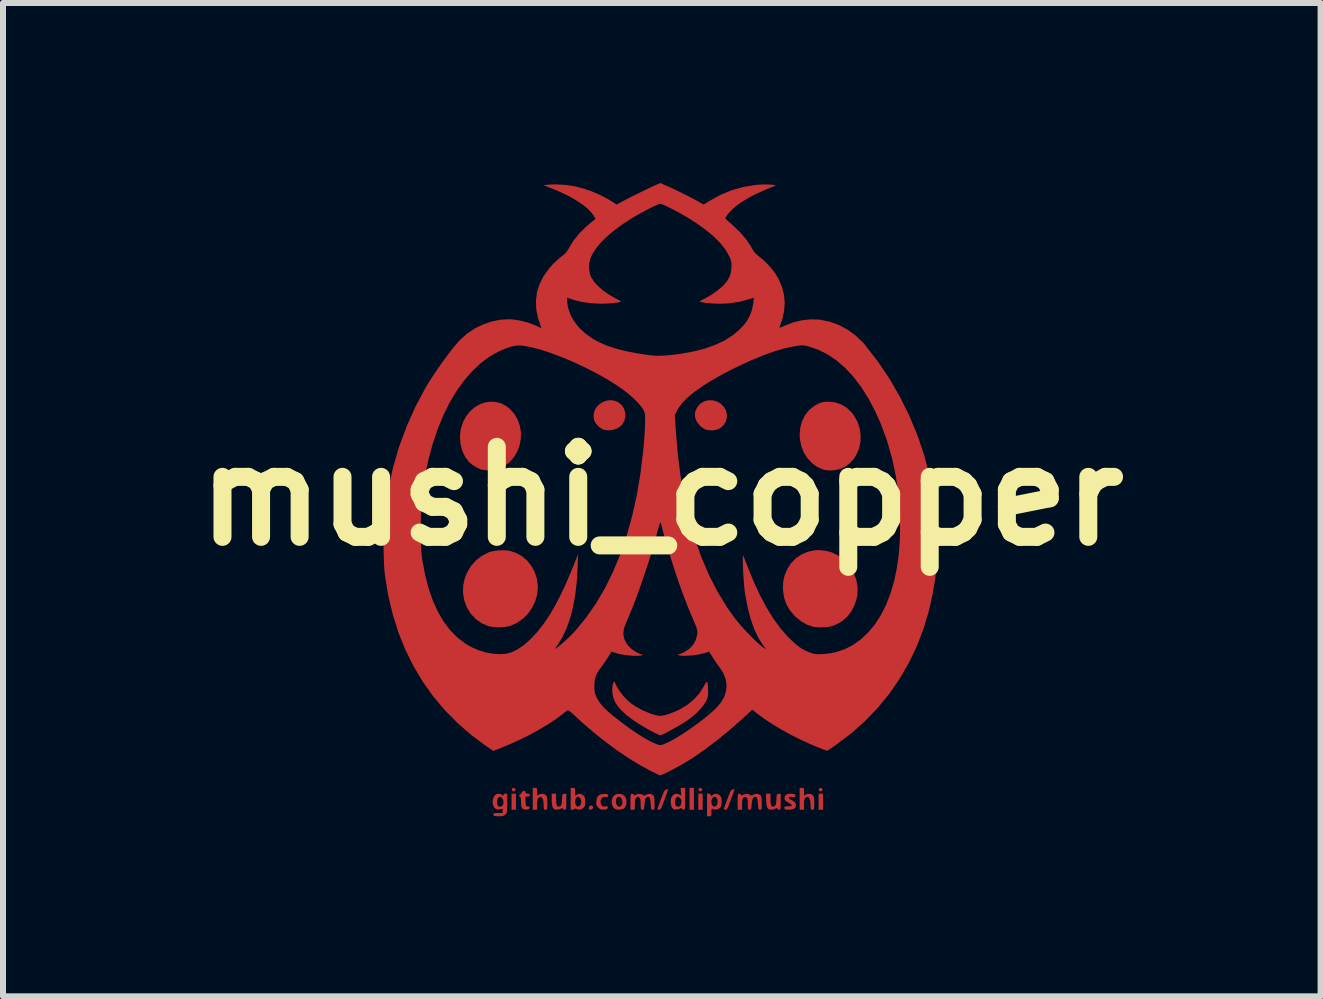
<source format=kicad_pcb>
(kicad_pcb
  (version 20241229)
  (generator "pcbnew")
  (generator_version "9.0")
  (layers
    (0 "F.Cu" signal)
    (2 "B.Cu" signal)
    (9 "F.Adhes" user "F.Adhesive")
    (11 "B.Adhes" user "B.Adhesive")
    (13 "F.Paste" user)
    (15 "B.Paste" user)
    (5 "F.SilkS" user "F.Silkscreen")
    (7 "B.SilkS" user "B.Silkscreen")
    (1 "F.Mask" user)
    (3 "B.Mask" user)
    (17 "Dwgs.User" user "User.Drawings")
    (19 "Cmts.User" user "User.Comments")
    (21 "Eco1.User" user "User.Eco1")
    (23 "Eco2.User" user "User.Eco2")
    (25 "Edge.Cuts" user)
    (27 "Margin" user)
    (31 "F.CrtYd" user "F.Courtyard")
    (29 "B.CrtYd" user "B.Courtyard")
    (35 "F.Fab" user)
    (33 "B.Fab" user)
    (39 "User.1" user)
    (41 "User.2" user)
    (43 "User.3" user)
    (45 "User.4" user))
  (footprint "mushi_copper"
    (layer "F.Cu")
    (at 7.979 5.218)
    (property "Reference" "mushi_copper" (at 0 0 0) (layer "F.SilkS") (effects (font (size 1.5 1.5) (thickness 0.3))))
    (attr board_only exclude_from_pos_files exclude_from_bom)
    (fp_poly (pts (xy -2.431 5.092) (xy -2.431 5.226) (xy -2.467 5.226) (xy -2.504 5.226) (xy -2.504 5.092) (xy -2.504 4.958) (xy -2.467 4.958) (xy -2.431 4.958)) (stroke (width 0) (type solid)) (fill yes) (layer "F.Cu"))
    (fp_poly (pts (xy 0.535 5.044) (xy 0.535 5.226) (xy 0.498 5.226) (xy 0.462 5.226) (xy 0.462 5.044) (xy 0.462 4.861) (xy 0.498 4.861) (xy 0.535 4.861)) (stroke (width 0) (type solid)) (fill yes) (layer "F.Cu"))
    (fp_poly (pts (xy 0.681 5.092) (xy 0.681 5.226) (xy 0.644 5.226) (xy 0.608 5.226) (xy 0.608 5.092) (xy 0.608 4.958) (xy 0.644 4.958) (xy 0.681 4.958)) (stroke (width 0) (type solid)) (fill yes) (layer "F.Cu"))
    (fp_poly (pts (xy 2.686 5.092) (xy 2.686 5.226) (xy 2.649 5.226) (xy 2.613 5.226) (xy 2.613 5.092) (xy 2.613 4.958) (xy 2.649 4.958) (xy 2.686 4.958)) (stroke (width 0) (type solid)) (fill yes) (layer "F.Cu"))
    (fp_poly (pts (xy -2.449 4.869) (xy -2.437 4.888) (xy -2.437 4.892) (xy -2.446 4.912) (xy -2.467 4.921) (xy -2.489 4.916) (xy -2.499 4.904) (xy -2.499 4.88) (xy -2.494 4.871) (xy -2.472 4.862)) (stroke (width 0) (type solid)) (fill yes) (layer "F.Cu"))
    (fp_poly (pts (xy -1.166 5.159) (xy -1.146 5.174) (xy -1.144 5.195) (xy -1.158 5.215) (xy -1.182 5.224) (xy -1.206 5.223) (xy -1.215 5.21) (xy -1.215 5.197) (xy -1.209 5.166) (xy -1.188 5.156)) (stroke (width 0) (type solid)) (fill yes) (layer "F.Cu"))
    (fp_poly (pts (xy 0.662 4.869) (xy 0.674 4.888) (xy 0.674 4.892) (xy 0.665 4.912) (xy 0.644 4.921) (xy 0.622 4.916) (xy 0.612 4.904) (xy 0.612 4.88) (xy 0.617 4.871) (xy 0.639 4.862)) (stroke (width 0) (type solid)) (fill yes) (layer "F.Cu"))
    (fp_poly (pts (xy 2.667 4.869) (xy 2.68 4.888) (xy 2.68 4.892) (xy 2.67 4.912) (xy 2.649 4.921) (xy 2.628 4.916) (xy 2.617 4.904) (xy 2.617 4.88) (xy 2.622 4.871) (xy 2.645 4.862)) (stroke (width 0) (type solid)) (fill yes) (layer "F.Cu"))
    (fp_poly (pts (xy 0.08 4.961) (xy 0.061 5.012) (xy 0.039 5.073) (xy 0.017 5.131) (xy 0.017 5.132) (xy -0.001 5.179) (xy -0.016 5.208) (xy -0.029 5.222) (xy -0.044 5.226) (xy -0.045 5.226) (xy -0.067 5.222) (xy -0.073 5.217) (xy -0.069 5.203) (xy -0.058 5.17) (xy -0.041 5.124) (xy -0.021 5.068) (xy -0.014 5.05) (xy 0.01 4.986) (xy 0.028 4.942) (xy 0.042 4.914) (xy 0.054 4.898) (xy 0.066 4.89) (xy 0.077 4.888) (xy 0.109 4.884)) (stroke (width 0) (type solid)) (fill yes) (layer "F.Cu"))
    (fp_poly (pts (xy 1.186 4.961) (xy 1.167 5.012) (xy 1.145 5.073) (xy 1.123 5.131) (xy 1.123 5.132) (xy 1.105 5.179) (xy 1.09 5.208) (xy 1.077 5.222) (xy 1.062 5.226) (xy 1.061 5.226) (xy 1.039 5.222) (xy 1.033 5.217) (xy 1.037 5.203) (xy 1.048 5.17) (xy 1.065 5.124) (xy 1.085 5.068) (xy 1.092 5.05) (xy 1.116 4.986) (xy 1.134 4.942) (xy 1.148 4.914) (xy 1.16 4.898) (xy 1.172 4.89) (xy 1.183 4.888) (xy 1.215 4.884)) (stroke (width 0) (type solid)) (fill yes) (layer "F.Cu"))
    (fp_poly (pts (xy -0.79 -1.591) (xy -0.725 -1.564) (xy -0.669 -1.518) (xy -0.631 -1.459) (xy -0.61 -1.393) (xy -0.608 -1.323) (xy -0.624 -1.256) (xy -0.66 -1.194) (xy -0.682 -1.17) (xy -0.743 -1.129) (xy -0.814 -1.104) (xy -0.89 -1.096) (xy -0.962 -1.106) (xy -0.991 -1.116) (xy -1.046 -1.153) (xy -1.094 -1.204) (xy -1.126 -1.262) (xy -1.131 -1.277) (xy -1.138 -1.348) (xy -1.125 -1.414) (xy -1.095 -1.474) (xy -1.049 -1.525) (xy -0.993 -1.564) (xy -0.929 -1.59) (xy -0.86 -1.599)) (stroke (width 0) (type solid)) (fill yes) (layer "F.Cu"))
    (fp_poly (pts (xy 0.846 -1.598) (xy 0.919 -1.577) (xy 0.974 -1.546) (xy 1.03 -1.493) (xy 1.066 -1.433) (xy 1.083 -1.368) (xy 1.082 -1.303) (xy 1.065 -1.241) (xy 1.032 -1.186) (xy 0.985 -1.141) (xy 0.925 -1.11) (xy 0.853 -1.096) (xy 0.832 -1.095) (xy 0.786 -1.099) (xy 0.742 -1.106) (xy 0.729 -1.11) (xy 0.698 -1.126) (xy 0.66 -1.153) (xy 0.63 -1.18) (xy 0.582 -1.241) (xy 0.556 -1.308) (xy 0.551 -1.376) (xy 0.559 -1.417) (xy 0.593 -1.487) (xy 0.643 -1.542) (xy 0.704 -1.579) (xy 0.773 -1.598)) (stroke (width 0) (type solid)) (fill yes) (layer "F.Cu"))
    (fp_poly (pts (xy -0.899 4.972) (xy -0.892 4.992) (xy -0.895 5) (xy -0.908 5.015) (xy -0.936 5.015) (xy -0.977 5.017) (xy -1.006 5.038) (xy -1.02 5.077) (xy -1.021 5.092) (xy -1.014 5.139) (xy -0.992 5.166) (xy -0.956 5.173) (xy -0.939 5.171) (xy -0.911 5.168) (xy -0.901 5.173) (xy -0.901 5.192) (xy -0.907 5.209) (xy -0.923 5.218) (xy -0.954 5.223) (xy -0.963 5.223) (xy -1.002 5.224) (xy -1.028 5.215) (xy -1.054 5.194) (xy -1.059 5.19) (xy -1.081 5.166) (xy -1.091 5.144) (xy -1.093 5.115) (xy -1.091 5.085) (xy -1.081 5.029) (xy -1.059 4.992) (xy -1.022 4.971) (xy -0.976 4.962) (xy -0.927 4.962)) (stroke (width 0) (type solid)) (fill yes) (layer "F.Cu"))
    (fp_poly (pts (xy -2.764 -1.569) (xy -2.673 -1.544) (xy -2.586 -1.497) (xy -2.529 -1.452) (xy -2.455 -1.367) (xy -2.4 -1.272) (xy -2.365 -1.169) (xy -2.348 -1.062) (xy -2.35 -0.953) (xy -2.371 -0.845) (xy -2.409 -0.743) (xy -2.465 -0.648) (xy -2.539 -0.565) (xy -2.622 -0.501) (xy -2.71 -0.458) (xy -2.805 -0.433) (xy -2.902 -0.427) (xy -2.994 -0.44) (xy -3.022 -0.449) (xy -3.088 -0.479) (xy -3.153 -0.519) (xy -3.207 -0.563) (xy -3.217 -0.573) (xy -3.279 -0.657) (xy -3.325 -0.756) (xy -3.354 -0.864) (xy -3.364 -0.978) (xy -3.355 -1.091) (xy -3.348 -1.127) (xy -3.312 -1.236) (xy -3.261 -1.332) (xy -3.197 -1.413) (xy -3.122 -1.479) (xy -3.038 -1.528) (xy -2.949 -1.561) (xy -2.857 -1.575)) (stroke (width 0) (type solid)) (fill yes) (layer "F.Cu"))
    (fp_poly (pts (xy -0.689 4.961) (xy -0.643 4.978) (xy -0.62 4.997) (xy -0.596 5.038) (xy -0.588 5.088) (xy -0.593 5.139) (xy -0.613 5.184) (xy -0.636 5.208) (xy -0.669 5.22) (xy -0.713 5.225) (xy -0.756 5.221) (xy -0.781 5.213) (xy -0.813 5.181) (xy -0.832 5.136) (xy -0.835 5.092) (xy -0.766 5.092) (xy -0.759 5.13) (xy -0.743 5.16) (xy -0.719 5.176) (xy -0.711 5.177) (xy -0.69 5.169) (xy -0.675 5.158) (xy -0.659 5.128) (xy -0.656 5.088) (xy -0.665 5.051) (xy -0.683 5.026) (xy -0.709 5.01) (xy -0.727 5.01) (xy -0.747 5.026) (xy -0.763 5.055) (xy -0.766 5.092) (xy -0.835 5.092) (xy -0.836 5.084) (xy -0.825 5.032) (xy -0.815 5.011) (xy -0.782 4.978) (xy -0.737 4.961)) (stroke (width 0) (type solid)) (fill yes) (layer "F.Cu"))
    (fp_poly (pts (xy 2.783 -1.573) (xy 2.893 -1.561) (xy 2.994 -1.526) (xy 3.085 -1.47) (xy 3.165 -1.392) (xy 3.206 -1.337) (xy 3.262 -1.236) (xy 3.297 -1.129) (xy 3.313 -1.02) (xy 3.31 -0.911) (xy 3.29 -0.806) (xy 3.252 -0.708) (xy 3.198 -0.62) (xy 3.128 -0.544) (xy 3.043 -0.484) (xy 3.015 -0.47) (xy 2.941 -0.444) (xy 2.858 -0.43) (xy 2.775 -0.428) (xy 2.702 -0.439) (xy 2.689 -0.442) (xy 2.589 -0.487) (xy 2.501 -0.552) (xy 2.426 -0.633) (xy 2.366 -0.728) (xy 2.324 -0.835) (xy 2.301 -0.949) (xy 2.297 -1.021) (xy 2.307 -1.141) (xy 2.338 -1.251) (xy 2.387 -1.349) (xy 2.454 -1.434) (xy 2.538 -1.502) (xy 2.597 -1.535) (xy 2.642 -1.555) (xy 2.68 -1.566) (xy 2.719 -1.572) (xy 2.771 -1.573)) (stroke (width 0) (type solid)) (fill yes) (layer "F.Cu"))
    (fp_poly (pts (xy -2.277 4.92) (xy -2.273 4.934) (xy -2.267 4.952) (xy -2.246 4.958) (xy -2.236 4.958) (xy -2.209 4.962) (xy -2.2 4.977) (xy -2.2 4.983) (xy -2.205 5) (xy -2.226 5.007) (xy -2.237 5.007) (xy -2.274 5.007) (xy -2.27 5.089) (xy -2.268 5.133) (xy -2.264 5.157) (xy -2.256 5.168) (xy -2.242 5.171) (xy -2.233 5.171) (xy -2.208 5.174) (xy -2.202 5.187) (xy -2.202 5.195) (xy -2.216 5.214) (xy -2.243 5.224) (xy -2.278 5.225) (xy -2.309 5.216) (xy -2.325 5.204) (xy -2.338 5.181) (xy -2.344 5.143) (xy -2.346 5.101) (xy -2.347 5.054) (xy -2.352 5.026) (xy -2.362 5.011) (xy -2.367 5.008) (xy -2.38 4.997) (xy -2.376 4.986) (xy -2.363 4.974) (xy -2.34 4.95) (xy -2.329 4.931) (xy -2.314 4.914) (xy -2.294 4.91)) (stroke (width 0) (type solid)) (fill yes) (layer "F.Cu"))
    (fp_poly (pts (xy -1.592 5.091) (xy -1.592 5.15) (xy -1.594 5.189) (xy -1.597 5.211) (xy -1.602 5.222) (xy -1.612 5.226) (xy -1.617 5.226) (xy -1.64 5.218) (xy -1.648 5.208) (xy -1.656 5.196) (xy -1.67 5.2) (xy -1.681 5.208) (xy -1.713 5.221) (xy -1.752 5.225) (xy -1.786 5.22) (xy -1.794 5.217) (xy -1.815 5.192) (xy -1.828 5.151) (xy -1.834 5.091) (xy -1.835 5.056) (xy -1.835 4.958) (xy -1.799 4.958) (xy -1.762 4.958) (xy -1.762 5.054) (xy -1.76 5.114) (xy -1.751 5.152) (xy -1.736 5.172) (xy -1.713 5.174) (xy -1.702 5.171) (xy -1.686 5.162) (xy -1.675 5.144) (xy -1.668 5.112) (xy -1.663 5.062) (xy -1.662 5.037) (xy -1.66 4.997) (xy -1.655 4.975) (xy -1.645 4.965) (xy -1.626 4.961) (xy -1.625 4.961) (xy -1.592 4.957)) (stroke (width 0) (type solid)) (fill yes) (layer "F.Cu"))
    (fp_poly (pts (xy 1.981 5.091) (xy 1.981 5.15) (xy 1.979 5.189) (xy 1.976 5.211) (xy 1.971 5.222) (xy 1.961 5.226) (xy 1.956 5.226) (xy 1.933 5.218) (xy 1.925 5.208) (xy 1.917 5.196) (xy 1.903 5.2) (xy 1.892 5.208) (xy 1.86 5.221) (xy 1.821 5.225) (xy 1.787 5.22) (xy 1.779 5.217) (xy 1.758 5.192) (xy 1.745 5.151) (xy 1.739 5.091) (xy 1.738 5.056) (xy 1.738 4.958) (xy 1.774 4.958) (xy 1.811 4.958) (xy 1.811 5.054) (xy 1.813 5.114) (xy 1.822 5.152) (xy 1.837 5.172) (xy 1.86 5.174) (xy 1.871 5.171) (xy 1.887 5.162) (xy 1.898 5.144) (xy 1.905 5.112) (xy 1.91 5.062) (xy 1.911 5.037) (xy 1.913 4.997) (xy 1.918 4.975) (xy 1.928 4.965) (xy 1.947 4.961) (xy 1.948 4.961) (xy 1.981 4.957)) (stroke (width 0) (type solid)) (fill yes) (layer "F.Cu"))
    (fp_poly (pts (xy -2.574 0.905) (xy -2.537 0.911) (xy -2.43 0.945) (xy -2.332 1) (xy -2.247 1.072) (xy -2.176 1.159) (xy -2.121 1.259) (xy -2.084 1.369) (xy -2.067 1.487) (xy -2.066 1.519) (xy -2.078 1.64) (xy -2.111 1.755) (xy -2.163 1.863) (xy -2.232 1.961) (xy -2.317 2.044) (xy -2.414 2.112) (xy -2.521 2.16) (xy -2.557 2.171) (xy -2.622 2.182) (xy -2.7 2.186) (xy -2.781 2.184) (xy -2.854 2.174) (xy -2.893 2.165) (xy -3.001 2.118) (xy -3.097 2.051) (xy -3.178 1.967) (xy -3.242 1.867) (xy -3.287 1.753) (xy -3.295 1.725) (xy -3.313 1.605) (xy -3.309 1.485) (xy -3.284 1.369) (xy -3.239 1.259) (xy -3.175 1.158) (xy -3.095 1.069) (xy -3 0.995) (xy -2.891 0.939) (xy -2.88 0.934) (xy -2.815 0.916) (xy -2.736 0.905) (xy -2.652 0.901)) (stroke (width 0) (type solid)) (fill yes) (layer "F.Cu"))
    (fp_poly (pts (xy 2.731 0.909) (xy 2.839 0.94) (xy 2.94 0.991) (xy 3.035 1.066) (xy 3.058 1.087) (xy 3.14 1.184) (xy 3.202 1.291) (xy 3.244 1.404) (xy 3.263 1.522) (xy 3.26 1.64) (xy 3.252 1.688) (xy 3.215 1.81) (xy 3.16 1.918) (xy 3.088 2.011) (xy 2.999 2.087) (xy 2.896 2.144) (xy 2.847 2.162) (xy 2.784 2.177) (xy 2.706 2.185) (xy 2.625 2.187) (xy 2.549 2.181) (xy 2.511 2.174) (xy 2.42 2.142) (xy 2.328 2.09) (xy 2.24 2.021) (xy 2.217 1.999) (xy 2.134 1.902) (xy 2.074 1.798) (xy 2.036 1.685) (xy 2.019 1.561) (xy 2.018 1.518) (xy 2.024 1.414) (xy 2.047 1.319) (xy 2.087 1.223) (xy 2.091 1.215) (xy 2.153 1.118) (xy 2.233 1.036) (xy 2.327 0.972) (xy 2.432 0.927) (xy 2.545 0.903) (xy 2.611 0.899)) (stroke (width 0) (type solid)) (fill yes) (layer "F.Cu"))
    (fp_poly (pts (xy -2.094 4.862) (xy -2.083 4.869) (xy -2.079 4.889) (xy -2.078 4.926) (xy -2.078 4.93) (xy -2.078 4.968) (xy -2.075 4.986) (xy -2.068 4.988) (xy -2.056 4.979) (xy -2.021 4.962) (xy -1.979 4.961) (xy -1.941 4.975) (xy -1.932 4.983) (xy -1.92 4.998) (xy -1.913 5.019) (xy -1.909 5.051) (xy -1.908 5.1) (xy -1.908 5.116) (xy -1.908 5.168) (xy -1.91 5.2) (xy -1.914 5.218) (xy -1.922 5.225) (xy -1.936 5.226) (xy -1.938 5.226) (xy -1.955 5.224) (xy -1.964 5.216) (xy -1.968 5.195) (xy -1.969 5.155) (xy -1.969 5.154) (xy -1.973 5.089) (xy -1.985 5.043) (xy -2.003 5.016) (xy -2.027 5.01) (xy -2.054 5.026) (xy -2.067 5.042) (xy -2.075 5.065) (xy -2.078 5.103) (xy -2.078 5.137) (xy -2.078 5.226) (xy -2.115 5.226) (xy -2.151 5.226) (xy -2.151 5.044) (xy -2.151 4.861) (xy -2.115 4.861)) (stroke (width 0) (type solid)) (fill yes) (layer "F.Cu"))
    (fp_poly (pts (xy 2.189 4.962) (xy 2.219 4.971) (xy 2.228 4.988) (xy 2.227 4.996) (xy 2.22 5.011) (xy 2.204 5.016) (xy 2.173 5.013) (xy 2.168 5.012) (xy 2.134 5.009) (xy 2.119 5.012) (xy 2.115 5.024) (xy 2.115 5.025) (xy 2.125 5.043) (xy 2.152 5.06) (xy 2.156 5.062) (xy 2.203 5.088) (xy 2.229 5.119) (xy 2.236 5.153) (xy 2.226 5.19) (xy 2.195 5.214) (xy 2.144 5.225) (xy 2.12 5.226) (xy 2.083 5.224) (xy 2.057 5.221) (xy 2.05 5.218) (xy 2.043 5.2) (xy 2.042 5.189) (xy 2.046 5.176) (xy 2.062 5.17) (xy 2.095 5.169) (xy 2.106 5.169) (xy 2.148 5.168) (xy 2.167 5.159) (xy 2.163 5.144) (xy 2.135 5.122) (xy 2.109 5.107) (xy 2.072 5.085) (xy 2.053 5.066) (xy 2.045 5.043) (xy 2.044 5.036) (xy 2.051 4.998) (xy 2.077 4.972) (xy 2.121 4.959) (xy 2.139 4.959)) (stroke (width 0) (type solid)) (fill yes) (layer "F.Cu"))
    (fp_poly (pts (xy 2.354 4.862) (xy 2.365 4.869) (xy 2.369 4.889) (xy 2.37 4.926) (xy 2.37 4.93) (xy 2.37 4.968) (xy 2.373 4.986) (xy 2.38 4.988) (xy 2.392 4.979) (xy 2.427 4.962) (xy 2.469 4.961) (xy 2.507 4.975) (xy 2.516 4.983) (xy 2.528 4.998) (xy 2.535 5.019) (xy 2.539 5.051) (xy 2.54 5.1) (xy 2.54 5.116) (xy 2.54 5.168) (xy 2.538 5.2) (xy 2.534 5.218) (xy 2.526 5.225) (xy 2.512 5.226) (xy 2.51 5.226) (xy 2.493 5.224) (xy 2.484 5.216) (xy 2.48 5.195) (xy 2.479 5.155) (xy 2.479 5.154) (xy 2.475 5.089) (xy 2.463 5.043) (xy 2.445 5.016) (xy 2.421 5.01) (xy 2.394 5.026) (xy 2.381 5.042) (xy 2.373 5.065) (xy 2.37 5.103) (xy 2.37 5.137) (xy 2.37 5.226) (xy 2.333 5.226) (xy 2.297 5.226) (xy 2.297 5.044) (xy 2.297 4.861) (xy 2.333 4.861)) (stroke (width 0) (type solid)) (fill yes) (layer "F.Cu"))
    (fp_poly (pts (xy -1.462 4.862) (xy -1.451 4.869) (xy -1.447 4.889) (xy -1.446 4.926) (xy -1.446 4.93) (xy -1.446 4.968) (xy -1.443 4.986) (xy -1.436 4.988) (xy -1.424 4.979) (xy -1.388 4.961) (xy -1.347 4.963) (xy -1.309 4.986) (xy -1.306 4.988) (xy -1.289 5.01) (xy -1.279 5.035) (xy -1.276 5.073) (xy -1.276 5.092) (xy -1.278 5.137) (xy -1.284 5.166) (xy -1.298 5.188) (xy -1.306 5.196) (xy -1.346 5.221) (xy -1.393 5.224) (xy -1.425 5.212) (xy -1.447 5.204) (xy -1.456 5.212) (xy -1.47 5.223) (xy -1.49 5.226) (xy -1.519 5.226) (xy -1.519 5.092) (xy -1.446 5.092) (xy -1.439 5.135) (xy -1.422 5.163) (xy -1.399 5.174) (xy -1.374 5.167) (xy -1.351 5.138) (xy -1.351 5.137) (xy -1.342 5.098) (xy -1.347 5.059) (xy -1.364 5.027) (xy -1.39 5.009) (xy -1.402 5.007) (xy -1.421 5.018) (xy -1.437 5.045) (xy -1.446 5.08) (xy -1.446 5.092) (xy -1.519 5.092) (xy -1.519 5.044) (xy -1.519 4.861) (xy -1.483 4.861)) (stroke (width 0) (type solid)) (fill yes) (layer "F.Cu"))
    (fp_poly (pts (xy 0.808 4.965) (xy 0.814 4.977) (xy 0.82 4.993) (xy 0.825 4.995) (xy 0.841 4.987) (xy 0.851 4.977) (xy 0.878 4.961) (xy 0.915 4.961) (xy 0.951 4.976) (xy 0.967 4.988) (xy 0.984 5.01) (xy 0.993 5.035) (xy 0.996 5.073) (xy 0.997 5.092) (xy 0.995 5.137) (xy 0.988 5.166) (xy 0.974 5.188) (xy 0.967 5.196) (xy 0.926 5.221) (xy 0.88 5.224) (xy 0.85 5.213) (xy 0.837 5.208) (xy 0.83 5.214) (xy 0.827 5.235) (xy 0.826 5.268) (xy 0.826 5.306) (xy 0.822 5.326) (xy 0.811 5.334) (xy 0.791 5.335) (xy 0.79 5.335) (xy 0.753 5.335) (xy 0.753 5.147) (xy 0.753 5.092) (xy 0.826 5.092) (xy 0.833 5.135) (xy 0.85 5.163) (xy 0.874 5.174) (xy 0.899 5.167) (xy 0.921 5.141) (xy 0.93 5.101) (xy 0.926 5.057) (xy 0.91 5.023) (xy 0.886 5.008) (xy 0.862 5.013) (xy 0.841 5.034) (xy 0.828 5.069) (xy 0.826 5.092) (xy 0.753 5.092) (xy 0.753 4.958) (xy 0.784 4.958)) (stroke (width 0) (type solid)) (fill yes) (layer "F.Cu"))
    (fp_poly (pts (xy 0.389 5.044) (xy 0.389 5.114) (xy 0.388 5.163) (xy 0.386 5.195) (xy 0.383 5.214) (xy 0.377 5.223) (xy 0.369 5.226) (xy 0.364 5.226) (xy 0.341 5.218) (xy 0.333 5.208) (xy 0.325 5.196) (xy 0.311 5.2) (xy 0.3 5.208) (xy 0.262 5.222) (xy 0.217 5.223) (xy 0.197 5.218) (xy 0.173 5.196) (xy 0.156 5.158) (xy 0.149 5.118) (xy 0.218 5.118) (xy 0.227 5.149) (xy 0.24 5.164) (xy 0.271 5.176) (xy 0.298 5.169) (xy 0.302 5.167) (xy 0.313 5.149) (xy 0.323 5.117) (xy 0.324 5.107) (xy 0.326 5.071) (xy 0.316 5.045) (xy 0.305 5.033) (xy 0.283 5.014) (xy 0.268 5.007) (xy 0.246 5.018) (xy 0.229 5.045) (xy 0.22 5.081) (xy 0.218 5.118) (xy 0.149 5.118) (xy 0.148 5.111) (xy 0.149 5.061) (xy 0.158 5.024) (xy 0.184 4.984) (xy 0.222 4.962) (xy 0.264 4.961) (xy 0.3 4.977) (xy 0.315 4.986) (xy 0.322 4.985) (xy 0.323 4.968) (xy 0.32 4.931) (xy 0.319 4.928) (xy 0.313 4.861) (xy 0.351 4.861) (xy 0.389 4.861)) (stroke (width 0) (type solid)) (fill yes) (layer "F.Cu"))
    (fp_poly (pts (xy -2.679 4.968) (xy -2.664 4.977) (xy -2.645 4.99) (xy -2.638 4.987) (xy -2.637 4.977) (xy -2.627 4.962) (xy -2.607 4.958) (xy -2.576 4.958) (xy -2.576 5.117) (xy -2.577 5.182) (xy -2.578 5.227) (xy -2.581 5.258) (xy -2.586 5.278) (xy -2.594 5.292) (xy -2.606 5.305) (xy -2.627 5.322) (xy -2.651 5.331) (xy -2.687 5.335) (xy -2.714 5.335) (xy -2.755 5.334) (xy -2.786 5.331) (xy -2.799 5.327) (xy -2.807 5.309) (xy -2.807 5.3) (xy -2.803 5.289) (xy -2.786 5.283) (xy -2.752 5.281) (xy -2.731 5.28) (xy -2.655 5.281) (xy -2.652 5.242) (xy -2.651 5.216) (xy -2.658 5.209) (xy -2.681 5.216) (xy -2.683 5.216) (xy -2.731 5.224) (xy -2.771 5.21) (xy -2.801 5.178) (xy -2.817 5.129) (xy -2.82 5.1) (xy -2.818 5.089) (xy -2.746 5.089) (xy -2.745 5.128) (xy -2.736 5.157) (xy -2.732 5.163) (xy -2.703 5.176) (xy -2.671 5.169) (xy -2.656 5.158) (xy -2.641 5.127) (xy -2.638 5.087) (xy -2.649 5.049) (xy -2.662 5.031) (xy -2.687 5.011) (xy -2.708 5.011) (xy -2.728 5.026) (xy -2.74 5.052) (xy -2.746 5.089) (xy -2.818 5.089) (xy -2.812 5.041) (xy -2.791 4.996) (xy -2.76 4.968) (xy -2.721 4.958)) (stroke (width 0) (type solid)) (fill yes) (layer "F.Cu"))
    (fp_poly (pts (xy -0.757 3.161) (xy -0.705 3.248) (xy -0.637 3.335) (xy -0.56 3.414) (xy -0.509 3.457) (xy -0.432 3.508) (xy -0.341 3.558) (xy -0.244 3.602) (xy -0.152 3.636) (xy -0.118 3.645) (xy -0.072 3.657) (xy -0.039 3.662) (xy -0.01 3.661) (xy 0.026 3.655) (xy 0.068 3.645) (xy 0.122 3.628) (xy 0.186 3.604) (xy 0.252 3.576) (xy 0.286 3.56) (xy 0.419 3.482) (xy 0.533 3.389) (xy 0.629 3.282) (xy 0.7 3.169) (xy 0.722 3.127) (xy 0.737 3.104) (xy 0.747 3.097) (xy 0.755 3.102) (xy 0.758 3.106) (xy 0.764 3.129) (xy 0.769 3.168) (xy 0.771 3.217) (xy 0.772 3.239) (xy 0.771 3.295) (xy 0.767 3.336) (xy 0.758 3.37) (xy 0.742 3.406) (xy 0.735 3.421) (xy 0.697 3.481) (xy 0.642 3.548) (xy 0.575 3.617) (xy 0.499 3.683) (xy 0.419 3.742) (xy 0.413 3.746) (xy 0.364 3.777) (xy 0.306 3.812) (xy 0.243 3.848) (xy 0.179 3.885) (xy 0.117 3.918) (xy 0.062 3.948) (xy 0.017 3.97) (xy -0.013 3.983) (xy -0.024 3.986) (xy -0.041 3.98) (xy -0.075 3.965) (xy -0.121 3.943) (xy -0.174 3.916) (xy -0.182 3.912) (xy -0.336 3.825) (xy -0.47 3.738) (xy -0.584 3.653) (xy -0.675 3.569) (xy -0.744 3.488) (xy -0.785 3.421) (xy -0.808 3.357) (xy -0.823 3.285) (xy -0.827 3.214) (xy -0.82 3.151) (xy -0.812 3.124) (xy -0.795 3.083)) (stroke (width 0) (type solid)) (fill yes) (layer "F.Cu"))
    (fp_poly (pts (xy -0.475 4.966) (xy -0.466 4.977) (xy -0.459 4.988) (xy -0.445 4.984) (xy -0.434 4.977) (xy -0.391 4.96) (xy -0.344 4.965) (xy -0.319 4.977) (xy -0.296 4.99) (xy -0.278 4.986) (xy -0.265 4.977) (xy -0.223 4.961) (xy -0.18 4.963) (xy -0.146 4.983) (xy -0.134 4.998) (xy -0.127 5.019) (xy -0.123 5.051) (xy -0.122 5.1) (xy -0.122 5.116) (xy -0.122 5.168) (xy -0.123 5.2) (xy -0.128 5.218) (xy -0.136 5.225) (xy -0.149 5.226) (xy -0.15 5.226) (xy -0.165 5.224) (xy -0.174 5.217) (xy -0.179 5.198) (xy -0.183 5.164) (xy -0.185 5.127) (xy -0.19 5.068) (xy -0.199 5.031) (xy -0.208 5.018) (xy -0.228 5.008) (xy -0.245 5.013) (xy -0.26 5.023) (xy -0.272 5.039) (xy -0.281 5.07) (xy -0.287 5.12) (xy -0.288 5.132) (xy -0.292 5.179) (xy -0.297 5.207) (xy -0.304 5.221) (xy -0.315 5.225) (xy -0.324 5.226) (xy -0.338 5.224) (xy -0.347 5.217) (xy -0.351 5.198) (xy -0.352 5.163) (xy -0.352 5.136) (xy -0.354 5.081) (xy -0.36 5.046) (xy -0.371 5.026) (xy -0.372 5.026) (xy -0.394 5.009) (xy -0.412 5.013) (xy -0.43 5.029) (xy -0.441 5.051) (xy -0.448 5.087) (xy -0.45 5.139) (xy -0.45 5.226) (xy -0.486 5.226) (xy -0.523 5.226) (xy -0.523 5.092) (xy -0.522 5.034) (xy -0.521 4.995) (xy -0.518 4.973) (xy -0.512 4.962) (xy -0.503 4.959) (xy -0.498 4.958)) (stroke (width 0) (type solid)) (fill yes) (layer "F.Cu"))
    (fp_poly (pts (xy 1.312 4.966) (xy 1.32 4.977) (xy 1.328 4.988) (xy 1.342 4.984) (xy 1.353 4.977) (xy 1.396 4.96) (xy 1.442 4.965) (xy 1.468 4.977) (xy 1.49 4.99) (xy 1.509 4.986) (xy 1.522 4.977) (xy 1.563 4.961) (xy 1.606 4.963) (xy 1.641 4.983) (xy 1.653 4.998) (xy 1.66 5.019) (xy 1.664 5.051) (xy 1.665 5.1) (xy 1.665 5.116) (xy 1.665 5.168) (xy 1.663 5.2) (xy 1.659 5.218) (xy 1.651 5.225) (xy 1.637 5.226) (xy 1.636 5.226) (xy 1.622 5.224) (xy 1.613 5.217) (xy 1.607 5.198) (xy 1.604 5.164) (xy 1.602 5.127) (xy 1.596 5.068) (xy 1.587 5.031) (xy 1.579 5.018) (xy 1.559 5.008) (xy 1.541 5.013) (xy 1.527 5.023) (xy 1.514 5.039) (xy 1.506 5.07) (xy 1.499 5.12) (xy 1.498 5.132) (xy 1.494 5.179) (xy 1.49 5.207) (xy 1.483 5.221) (xy 1.471 5.225) (xy 1.463 5.226) (xy 1.448 5.224) (xy 1.44 5.217) (xy 1.435 5.198) (xy 1.434 5.163) (xy 1.434 5.136) (xy 1.432 5.081) (xy 1.426 5.046) (xy 1.415 5.026) (xy 1.415 5.026) (xy 1.393 5.009) (xy 1.374 5.013) (xy 1.357 5.029) (xy 1.345 5.051) (xy 1.339 5.087) (xy 1.337 5.139) (xy 1.337 5.226) (xy 1.3 5.226) (xy 1.264 5.226) (xy 1.264 5.092) (xy 1.264 5.034) (xy 1.266 4.995) (xy 1.269 4.973) (xy 1.274 4.962) (xy 1.284 4.959) (xy 1.289 4.958)) (stroke (width 0) (type solid)) (fill yes) (layer "F.Cu"))
    (fp_poly (pts (xy 0.094 -5.165) (xy 0.172 -5.13) (xy 0.259 -5.089) (xy 0.351 -5.044) (xy 0.441 -4.999) (xy 0.522 -4.956) (xy 0.59 -4.92) (xy 0.612 -4.907) (xy 0.695 -4.859) (xy 0.796 -4.921) (xy 0.981 -5.022) (xy 1.17 -5.1) (xy 1.364 -5.154) (xy 1.566 -5.186) (xy 1.592 -5.189) (xy 1.647 -5.192) (xy 1.705 -5.194) (xy 1.761 -5.193) (xy 1.813 -5.191) (xy 1.855 -5.188) (xy 1.884 -5.184) (xy 1.897 -5.178) (xy 1.889 -5.172) (xy 1.889 -5.172) (xy 1.869 -5.164) (xy 1.831 -5.149) (xy 1.781 -5.129) (xy 1.724 -5.105) (xy 1.712 -5.1) (xy 1.554 -5.029) (xy 1.416 -4.955) (xy 1.296 -4.879) (xy 1.199 -4.803) (xy 1.123 -4.726) (xy 1.106 -4.705) (xy 1.081 -4.671) (xy 1.064 -4.644) (xy 1.057 -4.631) (xy 1.066 -4.62) (xy 1.09 -4.596) (xy 1.125 -4.565) (xy 1.164 -4.531) (xy 1.295 -4.408) (xy 1.404 -4.282) (xy 1.489 -4.154) (xy 1.51 -4.114) (xy 1.554 -4.051) (xy 1.597 -4.012) (xy 1.705 -3.925) (xy 1.802 -3.825) (xy 1.886 -3.719) (xy 1.947 -3.616) (xy 2.003 -3.485) (xy 2.036 -3.355) (xy 2.048 -3.222) (xy 2.038 -3.086) (xy 2.006 -2.942) (xy 1.962 -2.817) (xy 1.963 -2.809) (xy 1.977 -2.81) (xy 2.006 -2.821) (xy 2.054 -2.843) (xy 2.057 -2.844) (xy 2.198 -2.898) (xy 2.346 -2.933) (xy 2.493 -2.947) (xy 2.631 -2.941) (xy 2.792 -2.909) (xy 2.946 -2.854) (xy 3.091 -2.778) (xy 3.225 -2.681) (xy 3.347 -2.565) (xy 3.383 -2.524) (xy 3.596 -2.25) (xy 3.791 -1.961) (xy 3.966 -1.659) (xy 4.122 -1.345) (xy 4.257 -1.023) (xy 4.369 -0.693) (xy 4.459 -0.357) (xy 4.514 -0.087) (xy 4.537 0.052) (xy 4.555 0.178) (xy 4.568 0.298) (xy 4.578 0.418) (xy 4.583 0.545) (xy 4.586 0.686) (xy 4.587 0.778) (xy 4.586 0.928) (xy 4.582 1.06) (xy 4.575 1.18) (xy 4.565 1.295) (xy 4.55 1.411) (xy 4.53 1.534) (xy 4.515 1.622) (xy 4.446 1.928) (xy 4.356 2.224) (xy 4.246 2.509) (xy 4.114 2.782) (xy 3.963 3.043) (xy 3.793 3.29) (xy 3.603 3.523) (xy 3.395 3.74) (xy 3.17 3.942) (xy 2.927 4.127) (xy 2.882 4.159) (xy 2.756 4.245) (xy 2.651 4.205) (xy 2.492 4.14) (xy 2.327 4.065) (xy 2.163 3.983) (xy 2.003 3.896) (xy 1.852 3.806) (xy 1.715 3.716) (xy 1.595 3.628) (xy 1.577 3.614) (xy 1.508 3.558) (xy 1.365 3.69) (xy 1.146 3.884) (xy 0.93 4.062) (xy 0.717 4.223) (xy 0.51 4.365) (xy 0.309 4.487) (xy 0.117 4.589) (xy 0.115 4.59) (xy 0.063 4.615) (xy 0.019 4.635) (xy -0.012 4.649) (xy -0.026 4.655) (xy -0.027 4.655) (xy -0.04 4.649) (xy -0.071 4.635) (xy -0.115 4.613) (xy -0.17 4.586) (xy -0.203 4.57) (xy -0.376 4.476) (xy -0.558 4.364) (xy -0.746 4.237) (xy -0.935 4.097) (xy -1.123 3.948) (xy -1.306 3.791) (xy -1.437 3.671) (xy -1.494 3.619) (xy -1.536 3.585) (xy -1.562 3.569) (xy -1.57 3.569) (xy -1.587 3.581) (xy -1.617 3.603) (xy -1.65 3.63) (xy -1.762 3.714) (xy -1.894 3.801) (xy -2.042 3.889) (xy -2.201 3.976) (xy -2.369 4.06) (xy -2.541 4.138) (xy -2.689 4.199) (xy -2.808 4.246) (xy -2.927 4.165) (xy -3.176 3.98) (xy -3.406 3.78) (xy -3.618 3.565) (xy -3.811 3.335) (xy -3.931 3.167) (xy -1.124 3.167) (xy -1.123 3.222) (xy -1.12 3.262) (xy -1.111 3.296) (xy -1.095 3.335) (xy -1.079 3.369) (xy -1.049 3.421) (xy -1.01 3.473) (xy -0.96 3.529) (xy -0.896 3.589) (xy -0.817 3.657) (xy -0.719 3.734) (xy -0.664 3.776) (xy -0.517 3.884) (xy -0.385 3.973) (xy -0.267 4.045) (xy -0.163 4.101) (xy -0.073 4.139) (xy -0.049 4.147) (xy -0.027 4.149) (xy -0.002 4.146) (xy 0.031 4.135) (xy 0.076 4.115) (xy 0.128 4.091) (xy 0.206 4.049) (xy 0.298 3.994) (xy 0.399 3.929) (xy 0.504 3.856) (xy 0.609 3.779) (xy 0.71 3.702) (xy 0.801 3.627) (xy 0.88 3.557) (xy 0.906 3.531) (xy 0.985 3.439) (xy 1.04 3.343) (xy 1.071 3.245) (xy 1.079 3.145) (xy 1.062 3.044) (xy 1.022 2.944) (xy 0.965 2.856) (xy 0.928 2.806) (xy 0.887 2.747) (xy 0.85 2.69) (xy 0.846 2.684) (xy 0.788 2.592) (xy 0.718 2.614) (xy 0.654 2.63) (xy 0.581 2.644) (xy 0.504 2.654) (xy 0.429 2.659) (xy 0.362 2.661) (xy 0.308 2.657) (xy 0.273 2.649) (xy 0.257 2.641) (xy 0.263 2.639) (xy 0.272 2.638) (xy 0.294 2.633) (xy 0.33 2.619) (xy 0.37 2.601) (xy 0.453 2.549) (xy 0.518 2.482) (xy 0.564 2.402) (xy 0.589 2.312) (xy 0.591 2.293) (xy 0.593 2.268) (xy 0.591 2.243) (xy 0.585 2.216) (xy 0.574 2.18) (xy 0.555 2.133) (xy 0.528 2.069) (xy 0.516 2.042) (xy 0.429 1.831) (xy 0.346 1.615) (xy 0.264 1.387) (xy 0.231 1.287) (xy 0.207 1.213) (xy 0.18 1.128) (xy 0.151 1.036) (xy 0.122 0.94) (xy 0.093 0.844) (xy 0.066 0.752) (xy 0.042 0.667) (xy 0.021 0.593) (xy 0.005 0.533) (xy -0.005 0.492) (xy -0.006 0.483) (xy -0.014 0.454) (xy -0.022 0.438) (xy -0.024 0.438) (xy -0.03 0.449) (xy -0.041 0.478) (xy -0.054 0.522) (xy -0.067 0.568) (xy -0.111 0.731) (xy -0.161 0.905) (xy -0.217 1.085) (xy -0.277 1.269) (xy -0.339 1.451) (xy -0.402 1.627) (xy -0.465 1.794) (xy -0.526 1.946) (xy -0.583 2.081) (xy -0.6 2.119) (xy -0.633 2.211) (xy -0.642 2.297) (xy -0.627 2.377) (xy -0.589 2.454) (xy -0.55 2.504) (xy -0.515 2.537) (xy -0.469 2.571) (xy -0.42 2.602) (xy -0.374 2.625) (xy -0.337 2.637) (xy -0.329 2.637) (xy -0.316 2.639) (xy -0.325 2.648) (xy -0.328 2.649) (xy -0.356 2.658) (xy -0.402 2.661) (xy -0.462 2.661) (xy -0.53 2.656) (xy -0.601 2.649) (xy -0.67 2.638) (xy -0.732 2.625) (xy -0.77 2.613) (xy -0.838 2.59) (xy -0.895 2.682) (xy -0.932 2.738) (xy -0.973 2.799) (xy -1.012 2.852) (xy -1.015 2.856) (xy -1.064 2.925) (xy -1.097 2.987) (xy -1.115 3.052) (xy -1.123 3.125) (xy -1.124 3.167) (xy -3.931 3.167) (xy -3.985 3.09) (xy -4.139 2.832) (xy -4.274 2.559) (xy -4.389 2.274) (xy -4.483 1.975) (xy -4.558 1.664) (xy -4.611 1.341) (xy -4.614 1.319) (xy -4.623 1.228) (xy -4.63 1.119) (xy -4.634 0.996) (xy -4.637 0.864) (xy -4.637 0.729) (xy -4.635 0.595) (xy -4.632 0.517) (xy -4.016 0.517) (xy -4.016 0.63) (xy -4.015 0.724) (xy -4.013 0.8) (xy -4.011 0.864) (xy -4.008 0.92) (xy -4.003 0.97) (xy -3.997 1.019) (xy -3.989 1.072) (xy -3.988 1.079) (xy -3.943 1.32) (xy -3.885 1.543) (xy -3.814 1.746) (xy -3.731 1.928) (xy -3.636 2.091) (xy -3.528 2.233) (xy -3.409 2.354) (xy -3.278 2.455) (xy -3.166 2.519) (xy -3.05 2.569) (xy -2.931 2.605) (xy -2.812 2.627) (xy -2.699 2.634) (xy -2.595 2.626) (xy -2.504 2.602) (xy -2.497 2.599) (xy -2.406 2.554) (xy -2.316 2.494) (xy -2.223 2.416) (xy -2.175 2.37) (xy -2.074 2.261) (xy -1.976 2.137) (xy -1.881 1.998) (xy -1.788 1.841) (xy -1.696 1.666) (xy -1.603 1.47) (xy -1.51 1.252) (xy -1.468 1.148) (xy -1.396 0.966) (xy -1.403 1.179) (xy -1.416 1.415) (xy -1.442 1.637) (xy -1.479 1.843) (xy -1.528 2.032) (xy -1.587 2.202) (xy -1.658 2.353) (xy -1.735 2.479) (xy -1.762 2.517) (xy -1.775 2.538) (xy -1.776 2.544) (xy -1.765 2.538) (xy -1.756 2.532) (xy -1.693 2.483) (xy -1.621 2.421) (xy -1.548 2.353) (xy -1.478 2.283) (xy -1.439 2.24) (xy -1.261 2.024) (xy -1.097 1.788) (xy -0.947 1.533) (xy -0.812 1.259) (xy -0.691 0.967) (xy -0.585 0.656) (xy -0.494 0.329) (xy -0.417 -0.016) (xy -0.356 -0.377) (xy -0.31 -0.755) (xy -0.292 -0.96) (xy -0.287 -1.036) (xy -0.283 -1.118) (xy -0.28 -1.195) (xy -0.278 -1.252) (xy -0.278 -1.313) (xy -0.28 -1.352) (xy 0.217 -1.352) (xy 0.23 -1.135) (xy 0.263 -0.729) (xy 0.311 -0.342) (xy 0.375 0.026) (xy 0.454 0.376) (xy 0.549 0.707) (xy 0.66 1.02) (xy 0.786 1.314) (xy 0.927 1.59) (xy 1.084 1.848) (xy 1.208 2.023) (xy 1.258 2.086) (xy 1.318 2.157) (xy 1.384 2.23) (xy 1.454 2.303) (xy 1.522 2.373) (xy 1.586 2.434) (xy 1.641 2.483) (xy 1.681 2.514) (xy 1.74 2.555) (xy 1.683 2.478) (xy 1.606 2.357) (xy 1.539 2.214) (xy 1.481 2.05) (xy 1.432 1.864) (xy 1.393 1.655) (xy 1.379 1.561) (xy 1.374 1.517) (xy 1.369 1.459) (xy 1.364 1.393) (xy 1.359 1.321) (xy 1.355 1.247) (xy 1.352 1.176) (xy 1.35 1.111) (xy 1.349 1.055) (xy 1.349 1.013) (xy 1.35 0.989) (xy 1.352 0.984) (xy 1.358 0.997) (xy 1.372 1.029) (xy 1.39 1.075) (xy 1.413 1.132) (xy 1.427 1.169) (xy 1.53 1.423) (xy 1.637 1.653) (xy 1.747 1.86) (xy 1.861 2.044) (xy 1.979 2.204) (xy 2.1 2.343) (xy 2.121 2.364) (xy 2.201 2.44) (xy 2.272 2.499) (xy 2.339 2.546) (xy 2.408 2.582) (xy 2.479 2.61) (xy 2.52 2.624) (xy 2.557 2.631) (xy 2.597 2.634) (xy 2.649 2.633) (xy 2.68 2.632) (xy 2.746 2.626) (xy 2.818 2.617) (xy 2.881 2.605) (xy 2.899 2.601) (xy 3.045 2.552) (xy 3.184 2.481) (xy 3.315 2.388) (xy 3.436 2.275) (xy 3.547 2.142) (xy 3.645 1.991) (xy 3.731 1.824) (xy 3.75 1.78) (xy 3.819 1.596) (xy 3.874 1.405) (xy 3.916 1.203) (xy 3.947 0.988) (xy 3.965 0.755) (xy 3.97 0.626) (xy 3.968 0.305) (xy 3.945 -0.011) (xy 3.902 -0.323) (xy 3.838 -0.626) (xy 3.754 -0.92) (xy 3.651 -1.202) (xy 3.549 -1.428) (xy 3.438 -1.636) (xy 3.319 -1.823) (xy 3.192 -1.99) (xy 3.057 -2.135) (xy 2.916 -2.258) (xy 2.768 -2.359) (xy 2.614 -2.437) (xy 2.455 -2.492) (xy 2.43 -2.498) (xy 2.39 -2.508) (xy 2.358 -2.512) (xy 2.326 -2.513) (xy 2.287 -2.509) (xy 2.234 -2.501) (xy 2.215 -2.498) (xy 2.059 -2.466) (xy 1.889 -2.417) (xy 1.705 -2.352) (xy 1.504 -2.27) (xy 1.288 -2.171) (xy 1.197 -2.127) (xy 1.004 -2.027) (xy 0.831 -1.929) (xy 0.678 -1.833) (xy 0.546 -1.74) (xy 0.436 -1.65) (xy 0.349 -1.563) (xy 0.284 -1.48) (xy 0.256 -1.431) (xy 0.217 -1.352) (xy -0.28 -1.352) (xy -0.28 -1.356) (xy -0.285 -1.389) (xy -0.295 -1.416) (xy -0.303 -1.432) (xy -0.333 -1.479) (xy -0.379 -1.535) (xy -0.438 -1.597) (xy -0.506 -1.661) (xy -0.578 -1.722) (xy -0.625 -1.759) (xy -0.749 -1.846) (xy -0.888 -1.933) (xy -1.038 -2.02) (xy -1.197 -2.103) (xy -1.36 -2.183) (xy -1.526 -2.258) (xy -1.69 -2.325) (xy -1.849 -2.385) (xy -2.001 -2.435) (xy -2.141 -2.474) (xy -2.268 -2.5) (xy -2.335 -2.51) (xy -2.416 -2.51) (xy -2.507 -2.493) (xy -2.609 -2.459) (xy -2.725 -2.408) (xy -2.728 -2.406) (xy -2.885 -2.316) (xy -3.034 -2.203) (xy -3.174 -2.068) (xy -3.306 -1.913) (xy -3.429 -1.739) (xy -3.543 -1.546) (xy -3.646 -1.336) (xy -3.739 -1.108) (xy -3.82 -0.865) (xy -3.89 -0.607) (xy -3.948 -0.335) (xy -3.994 -0.05) (xy -4.001 0) (xy -4.006 0.063) (xy -4.011 0.149) (xy -4.014 0.258) (xy -4.016 0.387) (xy -4.016 0.517) (xy -4.632 0.517) (xy -4.631 0.468) (xy -4.624 0.353) (xy -4.616 0.255) (xy -4.614 0.237) (xy -4.558 -0.124) (xy -4.479 -0.477) (xy -4.378 -0.823) (xy -4.253 -1.16) (xy -4.107 -1.488) (xy -3.952 -1.78) (xy -3.896 -1.876) (xy -3.83 -1.98) (xy -3.757 -2.089) (xy -3.681 -2.199) (xy -3.604 -2.305) (xy -3.529 -2.405) (xy -3.458 -2.495) (xy -3.394 -2.569) (xy -3.353 -2.613) (xy -3.239 -2.713) (xy -3.111 -2.797) (xy -2.973 -2.864) (xy -2.829 -2.912) (xy -2.682 -2.941) (xy -2.535 -2.948) (xy -2.451 -2.941) (xy -2.339 -2.921) (xy -2.225 -2.89) (xy -2.118 -2.85) (xy -2.073 -2.829) (xy -2.036 -2.811) (xy -2.015 -2.804) (xy -2.009 -2.806) (xy -2.011 -2.815) (xy -2.064 -2.969) (xy -2.093 -3.117) (xy -2.098 -3.262) (xy -2.097 -3.266) (xy -1.58 -3.266) (xy -1.576 -3.226) (xy -1.57 -3.18) (xy -1.561 -3.136) (xy -1.521 -3.02) (xy -1.459 -2.909) (xy -1.376 -2.804) (xy -1.272 -2.708) (xy -1.151 -2.623) (xy -1.05 -2.567) (xy -0.927 -2.513) (xy -0.782 -2.464) (xy -0.619 -2.421) (xy -0.441 -2.385) (xy -0.251 -2.355) (xy -0.128 -2.341) (xy -0.069 -2.339) (xy 0.009 -2.341) (xy 0.101 -2.347) (xy 0.203 -2.358) (xy 0.307 -2.371) (xy 0.524 -2.41) (xy 0.721 -2.46) (xy 0.898 -2.524) (xy 1.055 -2.599) (xy 1.19 -2.687) (xy 1.301 -2.782) (xy 1.369 -2.854) (xy 1.419 -2.922) (xy 1.459 -2.993) (xy 1.49 -3.067) (xy 1.501 -3.104) (xy 1.512 -3.15) (xy 1.521 -3.198) (xy 1.528 -3.243) (xy 1.532 -3.28) (xy 1.531 -3.302) (xy 1.529 -3.306) (xy 1.515 -3.302) (xy 1.485 -3.292) (xy 1.451 -3.281) (xy 1.292 -3.238) (xy 1.12 -3.213) (xy 0.977 -3.207) (xy 0.906 -3.208) (xy 0.836 -3.212) (xy 0.769 -3.217) (xy 0.712 -3.223) (xy 0.667 -3.231) (xy 0.639 -3.238) (xy 0.632 -3.244) (xy 0.642 -3.254) (xy 0.668 -3.269) (xy 0.696 -3.282) (xy 0.763 -3.318) (xy 0.838 -3.364) (xy 0.912 -3.416) (xy 0.978 -3.468) (xy 1.03 -3.516) (xy 1.031 -3.517) (xy 1.093 -3.592) (xy 1.133 -3.666) (xy 1.155 -3.746) (xy 1.161 -3.823) (xy 1.16 -3.872) (xy 1.156 -3.909) (xy 1.146 -3.944) (xy 1.129 -3.984) (xy 1.109 -4.025) (xy 1.05 -4.122) (xy 0.968 -4.223) (xy 0.865 -4.327) (xy 0.74 -4.431) (xy 0.596 -4.536) (xy 0.474 -4.616) (xy 0.415 -4.652) (xy 0.348 -4.69) (xy 0.277 -4.729) (xy 0.206 -4.767) (xy 0.138 -4.802) (xy 0.077 -4.832) (xy 0.027 -4.855) (xy -0.009 -4.869) (xy -0.025 -4.873) (xy -0.047 -4.868) (xy -0.086 -4.851) (xy -0.139 -4.827) (xy -0.203 -4.795) (xy -0.273 -4.759) (xy -0.346 -4.72) (xy -0.418 -4.679) (xy -0.486 -4.639) (xy -0.49 -4.637) (xy -0.644 -4.538) (xy -0.783 -4.437) (xy -0.905 -4.336) (xy -1.009 -4.234) (xy -1.092 -4.135) (xy -1.155 -4.039) (xy -1.195 -3.948) (xy -1.196 -3.944) (xy -1.212 -3.862) (xy -1.211 -3.776) (xy -1.195 -3.693) (xy -1.179 -3.652) (xy -1.133 -3.579) (xy -1.068 -3.505) (xy -0.985 -3.432) (xy -0.889 -3.364) (xy -0.784 -3.303) (xy -0.763 -3.292) (xy -0.723 -3.272) (xy -0.694 -3.255) (xy -0.681 -3.245) (xy -0.681 -3.244) (xy -0.692 -3.236) (xy -0.724 -3.229) (xy -0.771 -3.222) (xy -0.83 -3.216) (xy -0.897 -3.211) (xy -0.967 -3.208) (xy -1.023 -3.207) (xy -1.184 -3.215) (xy -1.337 -3.237) (xy -1.476 -3.273) (xy -1.5 -3.281) (xy -1.538 -3.294) (xy -1.565 -3.303) (xy -1.576 -3.306) (xy -1.58 -3.295) (xy -1.58 -3.266) (xy -2.097 -3.266) (xy -2.079 -3.402) (xy -2.036 -3.537) (xy -1.969 -3.668) (xy -1.879 -3.794) (xy -1.82 -3.86) (xy -1.774 -3.905) (xy -1.723 -3.952) (xy -1.677 -3.99) (xy -1.664 -3.999) (xy -1.615 -4.039) (xy -1.58 -4.08) (xy -1.553 -4.126) (xy -1.477 -4.251) (xy -1.379 -4.374) (xy -1.258 -4.494) (xy -1.19 -4.552) (xy -1.106 -4.62) (xy -1.126 -4.658) (xy -1.17 -4.723) (xy -1.236 -4.79) (xy -1.322 -4.859) (xy -1.425 -4.928) (xy -1.544 -4.997) (xy -1.678 -5.062) (xy -1.823 -5.125) (xy -1.853 -5.136) (xy -1.974 -5.183) (xy -1.871 -5.192) (xy -1.78 -5.195) (xy -1.675 -5.191) (xy -1.565 -5.181) (xy -1.458 -5.164) (xy -1.429 -5.159) (xy -1.308 -5.127) (xy -1.178 -5.083) (xy -1.048 -5.028) (xy -0.926 -4.967) (xy -0.829 -4.909) (xy -0.752 -4.858) (xy -0.695 -4.89) (xy -0.654 -4.913) (xy -0.595 -4.943) (xy -0.525 -4.98) (xy -0.447 -5.019) (xy -0.366 -5.059) (xy -0.288 -5.097) (xy -0.217 -5.132) (xy -0.158 -5.159) (xy -0.119 -5.177) (xy -0.025 -5.218)) (stroke (width 0) (type solid)) (fill yes) (layer "F.Cu"))
    (fp_poly (pts (xy -2.431 5.092) (xy -2.431 5.226) (xy -2.467 5.226) (xy -2.504 5.226) (xy -2.504 5.092) (xy -2.504 4.958) (xy -2.467 4.958) (xy -2.431 4.958)) (stroke (width 0) (type solid)) (fill yes) (layer "F.Mask"))
    (fp_poly (pts (xy 0.535 5.044) (xy 0.535 5.226) (xy 0.498 5.226) (xy 0.462 5.226) (xy 0.462 5.044) (xy 0.462 4.861) (xy 0.498 4.861) (xy 0.535 4.861)) (stroke (width 0) (type solid)) (fill yes) (layer "F.Mask"))
    (fp_poly (pts (xy 0.681 5.092) (xy 0.681 5.226) (xy 0.644 5.226) (xy 0.608 5.226) (xy 0.608 5.092) (xy 0.608 4.958) (xy 0.644 4.958) (xy 0.681 4.958)) (stroke (width 0) (type solid)) (fill yes) (layer "F.Mask"))
    (fp_poly (pts (xy 2.686 5.092) (xy 2.686 5.226) (xy 2.649 5.226) (xy 2.613 5.226) (xy 2.613 5.092) (xy 2.613 4.958) (xy 2.649 4.958) (xy 2.686 4.958)) (stroke (width 0) (type solid)) (fill yes) (layer "F.Mask"))
    (fp_poly (pts (xy -2.449 4.869) (xy -2.437 4.888) (xy -2.437 4.892) (xy -2.446 4.912) (xy -2.467 4.921) (xy -2.489 4.916) (xy -2.499 4.904) (xy -2.499 4.88) (xy -2.494 4.871) (xy -2.472 4.862)) (stroke (width 0) (type solid)) (fill yes) (layer "F.Mask"))
    (fp_poly (pts (xy -1.166 5.159) (xy -1.146 5.174) (xy -1.144 5.195) (xy -1.158 5.215) (xy -1.182 5.224) (xy -1.206 5.223) (xy -1.215 5.21) (xy -1.215 5.197) (xy -1.209 5.166) (xy -1.188 5.156)) (stroke (width 0) (type solid)) (fill yes) (layer "F.Mask"))
    (fp_poly (pts (xy 0.662 4.869) (xy 0.674 4.888) (xy 0.674 4.892) (xy 0.665 4.912) (xy 0.644 4.921) (xy 0.622 4.916) (xy 0.612 4.904) (xy 0.612 4.88) (xy 0.617 4.871) (xy 0.639 4.862)) (stroke (width 0) (type solid)) (fill yes) (layer "F.Mask"))
    (fp_poly (pts (xy 2.667 4.869) (xy 2.68 4.888) (xy 2.68 4.892) (xy 2.67 4.912) (xy 2.649 4.921) (xy 2.628 4.916) (xy 2.617 4.904) (xy 2.617 4.88) (xy 2.622 4.871) (xy 2.645 4.862)) (stroke (width 0) (type solid)) (fill yes) (layer "F.Mask"))
    (fp_poly (pts (xy 0.08 4.961) (xy 0.061 5.012) (xy 0.039 5.073) (xy 0.017 5.131) (xy 0.017 5.132) (xy -0.001 5.179) (xy -0.016 5.208) (xy -0.029 5.222) (xy -0.044 5.226) (xy -0.045 5.226) (xy -0.067 5.222) (xy -0.073 5.217) (xy -0.069 5.203) (xy -0.058 5.17) (xy -0.041 5.124) (xy -0.021 5.068) (xy -0.014 5.05) (xy 0.01 4.986) (xy 0.028 4.942) (xy 0.042 4.914) (xy 0.054 4.898) (xy 0.066 4.89) (xy 0.077 4.888) (xy 0.109 4.884)) (stroke (width 0) (type solid)) (fill yes) (layer "F.Mask"))
    (fp_poly (pts (xy 1.186 4.961) (xy 1.167 5.012) (xy 1.145 5.073) (xy 1.123 5.131) (xy 1.123 5.132) (xy 1.105 5.179) (xy 1.09 5.208) (xy 1.077 5.222) (xy 1.062 5.226) (xy 1.061 5.226) (xy 1.039 5.222) (xy 1.033 5.217) (xy 1.037 5.203) (xy 1.048 5.17) (xy 1.065 5.124) (xy 1.085 5.068) (xy 1.092 5.05) (xy 1.116 4.986) (xy 1.134 4.942) (xy 1.148 4.914) (xy 1.16 4.898) (xy 1.172 4.89) (xy 1.183 4.888) (xy 1.215 4.884)) (stroke (width 0) (type solid)) (fill yes) (layer "F.Mask"))
    (fp_poly (pts (xy -0.79 -1.591) (xy -0.725 -1.564) (xy -0.669 -1.518) (xy -0.631 -1.459) (xy -0.61 -1.393) (xy -0.608 -1.323) (xy -0.624 -1.256) (xy -0.66 -1.194) (xy -0.682 -1.17) (xy -0.743 -1.129) (xy -0.814 -1.104) (xy -0.89 -1.096) (xy -0.962 -1.106) (xy -0.991 -1.116) (xy -1.046 -1.153) (xy -1.094 -1.204) (xy -1.126 -1.262) (xy -1.131 -1.277) (xy -1.138 -1.348) (xy -1.125 -1.414) (xy -1.095 -1.474) (xy -1.049 -1.525) (xy -0.993 -1.564) (xy -0.929 -1.59) (xy -0.86 -1.599)) (stroke (width 0) (type solid)) (fill yes) (layer "F.Mask"))
    (fp_poly (pts (xy 0.846 -1.598) (xy 0.919 -1.577) (xy 0.974 -1.546) (xy 1.03 -1.493) (xy 1.066 -1.433) (xy 1.083 -1.368) (xy 1.082 -1.303) (xy 1.065 -1.241) (xy 1.032 -1.186) (xy 0.985 -1.141) (xy 0.925 -1.11) (xy 0.853 -1.096) (xy 0.832 -1.095) (xy 0.786 -1.099) (xy 0.742 -1.106) (xy 0.729 -1.11) (xy 0.698 -1.126) (xy 0.66 -1.153) (xy 0.63 -1.18) (xy 0.582 -1.241) (xy 0.556 -1.308) (xy 0.551 -1.376) (xy 0.559 -1.417) (xy 0.593 -1.487) (xy 0.643 -1.542) (xy 0.704 -1.579) (xy 0.773 -1.598)) (stroke (width 0) (type solid)) (fill yes) (layer "F.Mask"))
    (fp_poly (pts (xy -0.899 4.972) (xy -0.892 4.992) (xy -0.895 5) (xy -0.908 5.015) (xy -0.936 5.015) (xy -0.977 5.017) (xy -1.006 5.038) (xy -1.02 5.077) (xy -1.021 5.092) (xy -1.014 5.139) (xy -0.992 5.166) (xy -0.956 5.173) (xy -0.939 5.171) (xy -0.911 5.168) (xy -0.901 5.173) (xy -0.901 5.192) (xy -0.907 5.209) (xy -0.923 5.218) (xy -0.954 5.223) (xy -0.963 5.223) (xy -1.002 5.224) (xy -1.028 5.215) (xy -1.054 5.194) (xy -1.059 5.19) (xy -1.081 5.166) (xy -1.091 5.144) (xy -1.093 5.115) (xy -1.091 5.085) (xy -1.081 5.029) (xy -1.059 4.992) (xy -1.022 4.971) (xy -0.976 4.962) (xy -0.927 4.962)) (stroke (width 0) (type solid)) (fill yes) (layer "F.Mask"))
    (fp_poly (pts (xy -2.764 -1.569) (xy -2.673 -1.544) (xy -2.586 -1.497) (xy -2.529 -1.452) (xy -2.455 -1.367) (xy -2.4 -1.272) (xy -2.365 -1.169) (xy -2.348 -1.062) (xy -2.35 -0.953) (xy -2.371 -0.845) (xy -2.409 -0.743) (xy -2.465 -0.648) (xy -2.539 -0.565) (xy -2.622 -0.501) (xy -2.71 -0.458) (xy -2.805 -0.433) (xy -2.902 -0.427) (xy -2.994 -0.44) (xy -3.022 -0.449) (xy -3.088 -0.479) (xy -3.153 -0.519) (xy -3.207 -0.563) (xy -3.217 -0.573) (xy -3.279 -0.657) (xy -3.325 -0.756) (xy -3.354 -0.864) (xy -3.364 -0.978) (xy -3.355 -1.091) (xy -3.348 -1.127) (xy -3.312 -1.236) (xy -3.261 -1.332) (xy -3.197 -1.413) (xy -3.122 -1.479) (xy -3.038 -1.528) (xy -2.949 -1.561) (xy -2.857 -1.575)) (stroke (width 0) (type solid)) (fill yes) (layer "F.Mask"))
    (fp_poly (pts (xy -0.689 4.961) (xy -0.643 4.978) (xy -0.62 4.997) (xy -0.596 5.038) (xy -0.588 5.088) (xy -0.593 5.139) (xy -0.613 5.184) (xy -0.636 5.208) (xy -0.669 5.22) (xy -0.713 5.225) (xy -0.756 5.221) (xy -0.781 5.213) (xy -0.813 5.181) (xy -0.832 5.136) (xy -0.835 5.092) (xy -0.766 5.092) (xy -0.759 5.13) (xy -0.743 5.16) (xy -0.719 5.176) (xy -0.711 5.177) (xy -0.69 5.169) (xy -0.675 5.158) (xy -0.659 5.128) (xy -0.656 5.088) (xy -0.665 5.051) (xy -0.683 5.026) (xy -0.709 5.01) (xy -0.727 5.01) (xy -0.747 5.026) (xy -0.763 5.055) (xy -0.766 5.092) (xy -0.835 5.092) (xy -0.836 5.084) (xy -0.825 5.032) (xy -0.815 5.011) (xy -0.782 4.978) (xy -0.737 4.961)) (stroke (width 0) (type solid)) (fill yes) (layer "F.Mask"))
    (fp_poly (pts (xy 2.783 -1.573) (xy 2.893 -1.561) (xy 2.994 -1.526) (xy 3.085 -1.47) (xy 3.165 -1.392) (xy 3.206 -1.337) (xy 3.262 -1.236) (xy 3.297 -1.129) (xy 3.313 -1.02) (xy 3.31 -0.911) (xy 3.29 -0.806) (xy 3.252 -0.708) (xy 3.198 -0.62) (xy 3.128 -0.544) (xy 3.043 -0.484) (xy 3.015 -0.47) (xy 2.941 -0.444) (xy 2.858 -0.43) (xy 2.775 -0.428) (xy 2.702 -0.439) (xy 2.689 -0.442) (xy 2.589 -0.487) (xy 2.501 -0.552) (xy 2.426 -0.633) (xy 2.366 -0.728) (xy 2.324 -0.835) (xy 2.301 -0.949) (xy 2.297 -1.021) (xy 2.307 -1.141) (xy 2.338 -1.251) (xy 2.387 -1.349) (xy 2.454 -1.434) (xy 2.538 -1.502) (xy 2.597 -1.535) (xy 2.642 -1.555) (xy 2.68 -1.566) (xy 2.719 -1.572) (xy 2.771 -1.573)) (stroke (width 0) (type solid)) (fill yes) (layer "F.Mask"))
    (fp_poly (pts (xy -2.277 4.92) (xy -2.273 4.934) (xy -2.267 4.952) (xy -2.246 4.958) (xy -2.236 4.958) (xy -2.209 4.962) (xy -2.2 4.977) (xy -2.2 4.983) (xy -2.205 5) (xy -2.226 5.007) (xy -2.237 5.007) (xy -2.274 5.007) (xy -2.27 5.089) (xy -2.268 5.133) (xy -2.264 5.157) (xy -2.256 5.168) (xy -2.242 5.171) (xy -2.233 5.171) (xy -2.208 5.174) (xy -2.202 5.187) (xy -2.202 5.195) (xy -2.216 5.214) (xy -2.243 5.224) (xy -2.278 5.225) (xy -2.309 5.216) (xy -2.325 5.204) (xy -2.338 5.181) (xy -2.344 5.143) (xy -2.346 5.101) (xy -2.347 5.054) (xy -2.352 5.026) (xy -2.362 5.011) (xy -2.367 5.008) (xy -2.38 4.997) (xy -2.376 4.986) (xy -2.363 4.974) (xy -2.34 4.95) (xy -2.329 4.931) (xy -2.314 4.914) (xy -2.294 4.91)) (stroke (width 0) (type solid)) (fill yes) (layer "F.Mask"))
    (fp_poly (pts (xy -1.592 5.091) (xy -1.592 5.15) (xy -1.594 5.189) (xy -1.597 5.211) (xy -1.602 5.222) (xy -1.612 5.226) (xy -1.617 5.226) (xy -1.64 5.218) (xy -1.648 5.208) (xy -1.656 5.196) (xy -1.67 5.2) (xy -1.681 5.208) (xy -1.713 5.221) (xy -1.752 5.225) (xy -1.786 5.22) (xy -1.794 5.217) (xy -1.815 5.192) (xy -1.828 5.151) (xy -1.834 5.091) (xy -1.835 5.056) (xy -1.835 4.958) (xy -1.799 4.958) (xy -1.762 4.958) (xy -1.762 5.054) (xy -1.76 5.114) (xy -1.751 5.152) (xy -1.736 5.172) (xy -1.713 5.174) (xy -1.702 5.171) (xy -1.686 5.162) (xy -1.675 5.144) (xy -1.668 5.112) (xy -1.663 5.062) (xy -1.662 5.037) (xy -1.66 4.997) (xy -1.655 4.975) (xy -1.645 4.965) (xy -1.626 4.961) (xy -1.625 4.961) (xy -1.592 4.957)) (stroke (width 0) (type solid)) (fill yes) (layer "F.Mask"))
    (fp_poly (pts (xy 1.981 5.091) (xy 1.981 5.15) (xy 1.979 5.189) (xy 1.976 5.211) (xy 1.971 5.222) (xy 1.961 5.226) (xy 1.956 5.226) (xy 1.933 5.218) (xy 1.925 5.208) (xy 1.917 5.196) (xy 1.903 5.2) (xy 1.892 5.208) (xy 1.86 5.221) (xy 1.821 5.225) (xy 1.787 5.22) (xy 1.779 5.217) (xy 1.758 5.192) (xy 1.745 5.151) (xy 1.739 5.091) (xy 1.738 5.056) (xy 1.738 4.958) (xy 1.774 4.958) (xy 1.811 4.958) (xy 1.811 5.054) (xy 1.813 5.114) (xy 1.822 5.152) (xy 1.837 5.172) (xy 1.86 5.174) (xy 1.871 5.171) (xy 1.887 5.162) (xy 1.898 5.144) (xy 1.905 5.112) (xy 1.91 5.062) (xy 1.911 5.037) (xy 1.913 4.997) (xy 1.918 4.975) (xy 1.928 4.965) (xy 1.947 4.961) (xy 1.948 4.961) (xy 1.981 4.957)) (stroke (width 0) (type solid)) (fill yes) (layer "F.Mask"))
    (fp_poly (pts (xy -2.574 0.905) (xy -2.537 0.911) (xy -2.43 0.945) (xy -2.332 1) (xy -2.247 1.072) (xy -2.176 1.159) (xy -2.121 1.259) (xy -2.084 1.369) (xy -2.067 1.487) (xy -2.066 1.519) (xy -2.078 1.64) (xy -2.111 1.755) (xy -2.163 1.863) (xy -2.232 1.961) (xy -2.317 2.044) (xy -2.414 2.112) (xy -2.521 2.16) (xy -2.557 2.171) (xy -2.622 2.182) (xy -2.7 2.186) (xy -2.781 2.184) (xy -2.854 2.174) (xy -2.893 2.165) (xy -3.001 2.118) (xy -3.097 2.051) (xy -3.178 1.967) (xy -3.242 1.867) (xy -3.287 1.753) (xy -3.295 1.725) (xy -3.313 1.605) (xy -3.309 1.485) (xy -3.284 1.369) (xy -3.239 1.259) (xy -3.175 1.158) (xy -3.095 1.069) (xy -3 0.995) (xy -2.891 0.939) (xy -2.88 0.934) (xy -2.815 0.916) (xy -2.736 0.905) (xy -2.652 0.901)) (stroke (width 0) (type solid)) (fill yes) (layer "F.Mask"))
    (fp_poly (pts (xy 2.731 0.909) (xy 2.839 0.94) (xy 2.94 0.991) (xy 3.035 1.066) (xy 3.058 1.087) (xy 3.14 1.184) (xy 3.202 1.291) (xy 3.244 1.404) (xy 3.263 1.522) (xy 3.26 1.64) (xy 3.252 1.688) (xy 3.215 1.81) (xy 3.16 1.918) (xy 3.088 2.011) (xy 2.999 2.087) (xy 2.896 2.144) (xy 2.847 2.162) (xy 2.784 2.177) (xy 2.706 2.185) (xy 2.625 2.187) (xy 2.549 2.181) (xy 2.511 2.174) (xy 2.42 2.142) (xy 2.328 2.09) (xy 2.24 2.021) (xy 2.217 1.999) (xy 2.134 1.902) (xy 2.074 1.798) (xy 2.036 1.685) (xy 2.019 1.561) (xy 2.018 1.518) (xy 2.024 1.414) (xy 2.047 1.319) (xy 2.087 1.223) (xy 2.091 1.215) (xy 2.153 1.118) (xy 2.233 1.036) (xy 2.327 0.972) (xy 2.432 0.927) (xy 2.545 0.903) (xy 2.611 0.899)) (stroke (width 0) (type solid)) (fill yes) (layer "F.Mask"))
    (fp_poly (pts (xy -2.094 4.862) (xy -2.083 4.869) (xy -2.079 4.889) (xy -2.078 4.926) (xy -2.078 4.93) (xy -2.078 4.968) (xy -2.075 4.986) (xy -2.068 4.988) (xy -2.056 4.979) (xy -2.021 4.962) (xy -1.979 4.961) (xy -1.941 4.975) (xy -1.932 4.983) (xy -1.92 4.998) (xy -1.913 5.019) (xy -1.909 5.051) (xy -1.908 5.1) (xy -1.908 5.116) (xy -1.908 5.168) (xy -1.91 5.2) (xy -1.914 5.218) (xy -1.922 5.225) (xy -1.936 5.226) (xy -1.938 5.226) (xy -1.955 5.224) (xy -1.964 5.216) (xy -1.968 5.195) (xy -1.969 5.155) (xy -1.969 5.154) (xy -1.973 5.089) (xy -1.985 5.043) (xy -2.003 5.016) (xy -2.027 5.01) (xy -2.054 5.026) (xy -2.067 5.042) (xy -2.075 5.065) (xy -2.078 5.103) (xy -2.078 5.137) (xy -2.078 5.226) (xy -2.115 5.226) (xy -2.151 5.226) (xy -2.151 5.044) (xy -2.151 4.861) (xy -2.115 4.861)) (stroke (width 0) (type solid)) (fill yes) (layer "F.Mask"))
    (fp_poly (pts (xy 2.189 4.962) (xy 2.219 4.971) (xy 2.228 4.988) (xy 2.227 4.996) (xy 2.22 5.011) (xy 2.204 5.016) (xy 2.173 5.013) (xy 2.168 5.012) (xy 2.134 5.009) (xy 2.119 5.012) (xy 2.115 5.024) (xy 2.115 5.025) (xy 2.125 5.043) (xy 2.152 5.06) (xy 2.156 5.062) (xy 2.203 5.088) (xy 2.229 5.119) (xy 2.236 5.153) (xy 2.226 5.19) (xy 2.195 5.214) (xy 2.144 5.225) (xy 2.12 5.226) (xy 2.083 5.224) (xy 2.057 5.221) (xy 2.05 5.218) (xy 2.043 5.2) (xy 2.042 5.189) (xy 2.046 5.176) (xy 2.062 5.17) (xy 2.095 5.169) (xy 2.106 5.169) (xy 2.148 5.168) (xy 2.167 5.159) (xy 2.163 5.144) (xy 2.135 5.122) (xy 2.109 5.107) (xy 2.072 5.085) (xy 2.053 5.066) (xy 2.045 5.043) (xy 2.044 5.036) (xy 2.051 4.998) (xy 2.077 4.972) (xy 2.121 4.959) (xy 2.139 4.959)) (stroke (width 0) (type solid)) (fill yes) (layer "F.Mask"))
    (fp_poly (pts (xy 2.354 4.862) (xy 2.365 4.869) (xy 2.369 4.889) (xy 2.37 4.926) (xy 2.37 4.93) (xy 2.37 4.968) (xy 2.373 4.986) (xy 2.38 4.988) (xy 2.392 4.979) (xy 2.427 4.962) (xy 2.469 4.961) (xy 2.507 4.975) (xy 2.516 4.983) (xy 2.528 4.998) (xy 2.535 5.019) (xy 2.539 5.051) (xy 2.54 5.1) (xy 2.54 5.116) (xy 2.54 5.168) (xy 2.538 5.2) (xy 2.534 5.218) (xy 2.526 5.225) (xy 2.512 5.226) (xy 2.51 5.226) (xy 2.493 5.224) (xy 2.484 5.216) (xy 2.48 5.195) (xy 2.479 5.155) (xy 2.479 5.154) (xy 2.475 5.089) (xy 2.463 5.043) (xy 2.445 5.016) (xy 2.421 5.01) (xy 2.394 5.026) (xy 2.381 5.042) (xy 2.373 5.065) (xy 2.37 5.103) (xy 2.37 5.137) (xy 2.37 5.226) (xy 2.333 5.226) (xy 2.297 5.226) (xy 2.297 5.044) (xy 2.297 4.861) (xy 2.333 4.861)) (stroke (width 0) (type solid)) (fill yes) (layer "F.Mask"))
    (fp_poly (pts (xy -1.462 4.862) (xy -1.451 4.869) (xy -1.447 4.889) (xy -1.446 4.926) (xy -1.446 4.93) (xy -1.446 4.968) (xy -1.443 4.986) (xy -1.436 4.988) (xy -1.424 4.979) (xy -1.388 4.961) (xy -1.347 4.963) (xy -1.309 4.986) (xy -1.306 4.988) (xy -1.289 5.01) (xy -1.279 5.035) (xy -1.276 5.073) (xy -1.276 5.092) (xy -1.278 5.137) (xy -1.284 5.166) (xy -1.298 5.188) (xy -1.306 5.196) (xy -1.346 5.221) (xy -1.393 5.224) (xy -1.425 5.212) (xy -1.447 5.204) (xy -1.456 5.212) (xy -1.47 5.223) (xy -1.49 5.226) (xy -1.519 5.226) (xy -1.519 5.092) (xy -1.446 5.092) (xy -1.439 5.135) (xy -1.422 5.163) (xy -1.399 5.174) (xy -1.374 5.167) (xy -1.351 5.138) (xy -1.351 5.137) (xy -1.342 5.098) (xy -1.347 5.059) (xy -1.364 5.027) (xy -1.39 5.009) (xy -1.402 5.007) (xy -1.421 5.018) (xy -1.437 5.045) (xy -1.446 5.08) (xy -1.446 5.092) (xy -1.519 5.092) (xy -1.519 5.044) (xy -1.519 4.861) (xy -1.483 4.861)) (stroke (width 0) (type solid)) (fill yes) (layer "F.Mask"))
    (fp_poly (pts (xy 0.808 4.965) (xy 0.814 4.977) (xy 0.82 4.993) (xy 0.825 4.995) (xy 0.841 4.987) (xy 0.851 4.977) (xy 0.878 4.961) (xy 0.915 4.961) (xy 0.951 4.976) (xy 0.967 4.988) (xy 0.984 5.01) (xy 0.993 5.035) (xy 0.996 5.073) (xy 0.997 5.092) (xy 0.995 5.137) (xy 0.988 5.166) (xy 0.974 5.188) (xy 0.967 5.196) (xy 0.926 5.221) (xy 0.88 5.224) (xy 0.85 5.213) (xy 0.837 5.208) (xy 0.83 5.214) (xy 0.827 5.235) (xy 0.826 5.268) (xy 0.826 5.306) (xy 0.822 5.326) (xy 0.811 5.334) (xy 0.791 5.335) (xy 0.79 5.335) (xy 0.753 5.335) (xy 0.753 5.147) (xy 0.753 5.092) (xy 0.826 5.092) (xy 0.833 5.135) (xy 0.85 5.163) (xy 0.874 5.174) (xy 0.899 5.167) (xy 0.921 5.141) (xy 0.93 5.101) (xy 0.926 5.057) (xy 0.91 5.023) (xy 0.886 5.008) (xy 0.862 5.013) (xy 0.841 5.034) (xy 0.828 5.069) (xy 0.826 5.092) (xy 0.753 5.092) (xy 0.753 4.958) (xy 0.784 4.958)) (stroke (width 0) (type solid)) (fill yes) (layer "F.Mask"))
    (fp_poly (pts (xy 0.389 5.044) (xy 0.389 5.114) (xy 0.388 5.163) (xy 0.386 5.195) (xy 0.383 5.214) (xy 0.377 5.223) (xy 0.369 5.226) (xy 0.364 5.226) (xy 0.341 5.218) (xy 0.333 5.208) (xy 0.325 5.196) (xy 0.311 5.2) (xy 0.3 5.208) (xy 0.262 5.222) (xy 0.217 5.223) (xy 0.197 5.218) (xy 0.173 5.196) (xy 0.156 5.158) (xy 0.149 5.118) (xy 0.218 5.118) (xy 0.227 5.149) (xy 0.24 5.164) (xy 0.271 5.176) (xy 0.298 5.169) (xy 0.302 5.167) (xy 0.313 5.149) (xy 0.323 5.117) (xy 0.324 5.107) (xy 0.326 5.071) (xy 0.316 5.045) (xy 0.305 5.033) (xy 0.283 5.014) (xy 0.268 5.007) (xy 0.246 5.018) (xy 0.229 5.045) (xy 0.22 5.081) (xy 0.218 5.118) (xy 0.149 5.118) (xy 0.148 5.111) (xy 0.149 5.061) (xy 0.158 5.024) (xy 0.184 4.984) (xy 0.222 4.962) (xy 0.264 4.961) (xy 0.3 4.977) (xy 0.315 4.986) (xy 0.322 4.985) (xy 0.323 4.968) (xy 0.32 4.931) (xy 0.319 4.928) (xy 0.313 4.861) (xy 0.351 4.861) (xy 0.389 4.861)) (stroke (width 0) (type solid)) (fill yes) (layer "F.Mask"))
    (fp_poly (pts (xy -2.679 4.968) (xy -2.664 4.977) (xy -2.645 4.99) (xy -2.638 4.987) (xy -2.637 4.977) (xy -2.627 4.962) (xy -2.607 4.958) (xy -2.576 4.958) (xy -2.576 5.117) (xy -2.577 5.182) (xy -2.578 5.227) (xy -2.581 5.258) (xy -2.586 5.278) (xy -2.594 5.292) (xy -2.606 5.305) (xy -2.627 5.322) (xy -2.651 5.331) (xy -2.687 5.335) (xy -2.714 5.335) (xy -2.755 5.334) (xy -2.786 5.331) (xy -2.799 5.327) (xy -2.807 5.309) (xy -2.807 5.3) (xy -2.803 5.289) (xy -2.786 5.283) (xy -2.752 5.281) (xy -2.731 5.28) (xy -2.655 5.281) (xy -2.652 5.242) (xy -2.651 5.216) (xy -2.658 5.209) (xy -2.681 5.216) (xy -2.683 5.216) (xy -2.731 5.224) (xy -2.771 5.21) (xy -2.801 5.178) (xy -2.817 5.129) (xy -2.82 5.1) (xy -2.818 5.089) (xy -2.746 5.089) (xy -2.745 5.128) (xy -2.736 5.157) (xy -2.732 5.163) (xy -2.703 5.176) (xy -2.671 5.169) (xy -2.656 5.158) (xy -2.641 5.127) (xy -2.638 5.087) (xy -2.649 5.049) (xy -2.662 5.031) (xy -2.687 5.011) (xy -2.708 5.011) (xy -2.728 5.026) (xy -2.74 5.052) (xy -2.746 5.089) (xy -2.818 5.089) (xy -2.812 5.041) (xy -2.791 4.996) (xy -2.76 4.968) (xy -2.721 4.958)) (stroke (width 0) (type solid)) (fill yes) (layer "F.Mask"))
    (fp_poly (pts (xy -0.757 3.161) (xy -0.705 3.248) (xy -0.637 3.335) (xy -0.56 3.414) (xy -0.509 3.457) (xy -0.432 3.508) (xy -0.341 3.558) (xy -0.244 3.602) (xy -0.152 3.636) (xy -0.118 3.645) (xy -0.072 3.657) (xy -0.039 3.662) (xy -0.01 3.661) (xy 0.026 3.655) (xy 0.068 3.645) (xy 0.122 3.628) (xy 0.186 3.604) (xy 0.252 3.576) (xy 0.286 3.56) (xy 0.419 3.482) (xy 0.533 3.389) (xy 0.629 3.282) (xy 0.7 3.169) (xy 0.722 3.127) (xy 0.737 3.104) (xy 0.747 3.097) (xy 0.755 3.102) (xy 0.758 3.106) (xy 0.764 3.129) (xy 0.769 3.168) (xy 0.771 3.217) (xy 0.772 3.239) (xy 0.771 3.295) (xy 0.767 3.336) (xy 0.758 3.37) (xy 0.742 3.406) (xy 0.735 3.421) (xy 0.697 3.481) (xy 0.642 3.548) (xy 0.575 3.617) (xy 0.499 3.683) (xy 0.419 3.742) (xy 0.413 3.746) (xy 0.364 3.777) (xy 0.306 3.812) (xy 0.243 3.848) (xy 0.179 3.885) (xy 0.117 3.918) (xy 0.062 3.948) (xy 0.017 3.97) (xy -0.013 3.983) (xy -0.024 3.986) (xy -0.041 3.98) (xy -0.075 3.965) (xy -0.121 3.943) (xy -0.174 3.916) (xy -0.182 3.912) (xy -0.336 3.825) (xy -0.47 3.738) (xy -0.584 3.653) (xy -0.675 3.569) (xy -0.744 3.488) (xy -0.785 3.421) (xy -0.808 3.357) (xy -0.823 3.285) (xy -0.827 3.214) (xy -0.82 3.151) (xy -0.812 3.124) (xy -0.795 3.083)) (stroke (width 0) (type solid)) (fill yes) (layer "F.Mask"))
    (fp_poly (pts (xy -0.475 4.966) (xy -0.466 4.977) (xy -0.459 4.988) (xy -0.445 4.984) (xy -0.434 4.977) (xy -0.391 4.96) (xy -0.344 4.965) (xy -0.319 4.977) (xy -0.296 4.99) (xy -0.278 4.986) (xy -0.265 4.977) (xy -0.223 4.961) (xy -0.18 4.963) (xy -0.146 4.983) (xy -0.134 4.998) (xy -0.127 5.019) (xy -0.123 5.051) (xy -0.122 5.1) (xy -0.122 5.116) (xy -0.122 5.168) (xy -0.123 5.2) (xy -0.128 5.218) (xy -0.136 5.225) (xy -0.149 5.226) (xy -0.15 5.226) (xy -0.165 5.224) (xy -0.174 5.217) (xy -0.179 5.198) (xy -0.183 5.164) (xy -0.185 5.127) (xy -0.19 5.068) (xy -0.199 5.031) (xy -0.208 5.018) (xy -0.228 5.008) (xy -0.245 5.013) (xy -0.26 5.023) (xy -0.272 5.039) (xy -0.281 5.07) (xy -0.287 5.12) (xy -0.288 5.132) (xy -0.292 5.179) (xy -0.297 5.207) (xy -0.304 5.221) (xy -0.315 5.225) (xy -0.324 5.226) (xy -0.338 5.224) (xy -0.347 5.217) (xy -0.351 5.198) (xy -0.352 5.163) (xy -0.352 5.136) (xy -0.354 5.081) (xy -0.36 5.046) (xy -0.371 5.026) (xy -0.372 5.026) (xy -0.394 5.009) (xy -0.412 5.013) (xy -0.43 5.029) (xy -0.441 5.051) (xy -0.448 5.087) (xy -0.45 5.139) (xy -0.45 5.226) (xy -0.486 5.226) (xy -0.523 5.226) (xy -0.523 5.092) (xy -0.522 5.034) (xy -0.521 4.995) (xy -0.518 4.973) (xy -0.512 4.962) (xy -0.503 4.959) (xy -0.498 4.958)) (stroke (width 0) (type solid)) (fill yes) (layer "F.Mask"))
    (fp_poly (pts (xy 1.312 4.966) (xy 1.32 4.977) (xy 1.328 4.988) (xy 1.342 4.984) (xy 1.353 4.977) (xy 1.396 4.96) (xy 1.442 4.965) (xy 1.468 4.977) (xy 1.49 4.99) (xy 1.509 4.986) (xy 1.522 4.977) (xy 1.563 4.961) (xy 1.606 4.963) (xy 1.641 4.983) (xy 1.653 4.998) (xy 1.66 5.019) (xy 1.664 5.051) (xy 1.665 5.1) (xy 1.665 5.116) (xy 1.665 5.168) (xy 1.663 5.2) (xy 1.659 5.218) (xy 1.651 5.225) (xy 1.637 5.226) (xy 1.636 5.226) (xy 1.622 5.224) (xy 1.613 5.217) (xy 1.607 5.198) (xy 1.604 5.164) (xy 1.602 5.127) (xy 1.596 5.068) (xy 1.587 5.031) (xy 1.579 5.018) (xy 1.559 5.008) (xy 1.541 5.013) (xy 1.527 5.023) (xy 1.514 5.039) (xy 1.506 5.07) (xy 1.499 5.12) (xy 1.498 5.132) (xy 1.494 5.179) (xy 1.49 5.207) (xy 1.483 5.221) (xy 1.471 5.225) (xy 1.463 5.226) (xy 1.448 5.224) (xy 1.44 5.217) (xy 1.435 5.198) (xy 1.434 5.163) (xy 1.434 5.136) (xy 1.432 5.081) (xy 1.426 5.046) (xy 1.415 5.026) (xy 1.415 5.026) (xy 1.393 5.009) (xy 1.374 5.013) (xy 1.357 5.029) (xy 1.345 5.051) (xy 1.339 5.087) (xy 1.337 5.139) (xy 1.337 5.226) (xy 1.3 5.226) (xy 1.264 5.226) (xy 1.264 5.092) (xy 1.264 5.034) (xy 1.266 4.995) (xy 1.269 4.973) (xy 1.274 4.962) (xy 1.284 4.959) (xy 1.289 4.958)) (stroke (width 0) (type solid)) (fill yes) (layer "F.Mask"))
    (fp_poly (pts (xy 0.094 -5.165) (xy 0.172 -5.13) (xy 0.259 -5.089) (xy 0.351 -5.044) (xy 0.441 -4.999) (xy 0.522 -4.956) (xy 0.59 -4.92) (xy 0.612 -4.907) (xy 0.695 -4.859) (xy 0.796 -4.921) (xy 0.981 -5.022) (xy 1.17 -5.1) (xy 1.364 -5.154) (xy 1.566 -5.186) (xy 1.592 -5.189) (xy 1.647 -5.192) (xy 1.705 -5.194) (xy 1.761 -5.193) (xy 1.813 -5.191) (xy 1.855 -5.188) (xy 1.884 -5.184) (xy 1.897 -5.178) (xy 1.889 -5.172) (xy 1.889 -5.172) (xy 1.869 -5.164) (xy 1.831 -5.149) (xy 1.781 -5.129) (xy 1.724 -5.105) (xy 1.712 -5.1) (xy 1.554 -5.029) (xy 1.416 -4.955) (xy 1.296 -4.879) (xy 1.199 -4.803) (xy 1.123 -4.726) (xy 1.106 -4.705) (xy 1.081 -4.671) (xy 1.064 -4.644) (xy 1.057 -4.631) (xy 1.066 -4.62) (xy 1.09 -4.596) (xy 1.125 -4.565) (xy 1.164 -4.531) (xy 1.295 -4.408) (xy 1.404 -4.282) (xy 1.489 -4.154) (xy 1.51 -4.114) (xy 1.554 -4.051) (xy 1.597 -4.012) (xy 1.705 -3.925) (xy 1.802 -3.825) (xy 1.886 -3.719) (xy 1.947 -3.616) (xy 2.003 -3.485) (xy 2.036 -3.355) (xy 2.048 -3.222) (xy 2.038 -3.086) (xy 2.006 -2.942) (xy 1.962 -2.817) (xy 1.963 -2.809) (xy 1.977 -2.81) (xy 2.006 -2.821) (xy 2.054 -2.843) (xy 2.057 -2.844) (xy 2.198 -2.898) (xy 2.346 -2.933) (xy 2.493 -2.947) (xy 2.631 -2.941) (xy 2.792 -2.909) (xy 2.946 -2.854) (xy 3.091 -2.778) (xy 3.225 -2.681) (xy 3.347 -2.565) (xy 3.383 -2.524) (xy 3.596 -2.25) (xy 3.791 -1.961) (xy 3.966 -1.659) (xy 4.122 -1.345) (xy 4.257 -1.023) (xy 4.369 -0.693) (xy 4.459 -0.357) (xy 4.514 -0.087) (xy 4.537 0.052) (xy 4.555 0.178) (xy 4.568 0.298) (xy 4.578 0.418) (xy 4.583 0.545) (xy 4.586 0.686) (xy 4.587 0.778) (xy 4.586 0.928) (xy 4.582 1.06) (xy 4.575 1.18) (xy 4.565 1.295) (xy 4.55 1.411) (xy 4.53 1.534) (xy 4.515 1.622) (xy 4.446 1.928) (xy 4.356 2.224) (xy 4.246 2.509) (xy 4.114 2.782) (xy 3.963 3.043) (xy 3.793 3.29) (xy 3.603 3.523) (xy 3.395 3.74) (xy 3.17 3.942) (xy 2.927 4.127) (xy 2.882 4.159) (xy 2.756 4.245) (xy 2.651 4.205) (xy 2.492 4.14) (xy 2.327 4.065) (xy 2.163 3.983) (xy 2.003 3.896) (xy 1.852 3.806) (xy 1.715 3.716) (xy 1.595 3.628) (xy 1.577 3.614) (xy 1.508 3.558) (xy 1.365 3.69) (xy 1.146 3.884) (xy 0.93 4.062) (xy 0.717 4.223) (xy 0.51 4.365) (xy 0.309 4.487) (xy 0.117 4.589) (xy 0.115 4.59) (xy 0.063 4.615) (xy 0.019 4.635) (xy -0.012 4.649) (xy -0.026 4.655) (xy -0.027 4.655) (xy -0.04 4.649) (xy -0.071 4.635) (xy -0.115 4.613) (xy -0.17 4.586) (xy -0.203 4.57) (xy -0.376 4.476) (xy -0.558 4.364) (xy -0.746 4.237) (xy -0.935 4.097) (xy -1.123 3.948) (xy -1.306 3.791) (xy -1.437 3.671) (xy -1.494 3.619) (xy -1.536 3.585) (xy -1.562 3.569) (xy -1.57 3.569) (xy -1.587 3.581) (xy -1.617 3.603) (xy -1.65 3.63) (xy -1.762 3.714) (xy -1.894 3.801) (xy -2.042 3.889) (xy -2.201 3.976) (xy -2.369 4.06) (xy -2.541 4.138) (xy -2.689 4.199) (xy -2.808 4.246) (xy -2.927 4.165) (xy -3.176 3.98) (xy -3.406 3.78) (xy -3.618 3.565) (xy -3.811 3.335) (xy -3.931 3.167) (xy -1.124 3.167) (xy -1.123 3.222) (xy -1.12 3.262) (xy -1.111 3.296) (xy -1.095 3.335) (xy -1.079 3.369) (xy -1.049 3.421) (xy -1.01 3.473) (xy -0.96 3.529) (xy -0.896 3.589) (xy -0.817 3.657) (xy -0.719 3.734) (xy -0.664 3.776) (xy -0.517 3.884) (xy -0.385 3.973) (xy -0.267 4.045) (xy -0.163 4.101) (xy -0.073 4.139) (xy -0.049 4.147) (xy -0.027 4.149) (xy -0.002 4.146) (xy 0.031 4.135) (xy 0.076 4.115) (xy 0.128 4.091) (xy 0.206 4.049) (xy 0.298 3.994) (xy 0.399 3.929) (xy 0.504 3.856) (xy 0.609 3.779) (xy 0.71 3.702) (xy 0.801 3.627) (xy 0.88 3.557) (xy 0.906 3.531) (xy 0.985 3.439) (xy 1.04 3.343) (xy 1.071 3.245) (xy 1.079 3.145) (xy 1.062 3.044) (xy 1.022 2.944) (xy 0.965 2.856) (xy 0.928 2.806) (xy 0.887 2.747) (xy 0.85 2.69) (xy 0.846 2.684) (xy 0.788 2.592) (xy 0.718 2.614) (xy 0.654 2.63) (xy 0.581 2.644) (xy 0.504 2.654) (xy 0.429 2.659) (xy 0.362 2.661) (xy 0.308 2.657) (xy 0.273 2.649) (xy 0.257 2.641) (xy 0.263 2.639) (xy 0.272 2.638) (xy 0.294 2.633) (xy 0.33 2.619) (xy 0.37 2.601) (xy 0.453 2.549) (xy 0.518 2.482) (xy 0.564 2.402) (xy 0.589 2.312) (xy 0.591 2.293) (xy 0.593 2.268) (xy 0.591 2.243) (xy 0.585 2.216) (xy 0.574 2.18) (xy 0.555 2.133) (xy 0.528 2.069) (xy 0.516 2.042) (xy 0.429 1.831) (xy 0.346 1.615) (xy 0.264 1.387) (xy 0.231 1.287) (xy 0.207 1.213) (xy 0.18 1.128) (xy 0.151 1.036) (xy 0.122 0.94) (xy 0.093 0.844) (xy 0.066 0.752) (xy 0.042 0.667) (xy 0.021 0.593) (xy 0.005 0.533) (xy -0.005 0.492) (xy -0.006 0.483) (xy -0.014 0.454) (xy -0.022 0.438) (xy -0.024 0.438) (xy -0.03 0.449) (xy -0.041 0.478) (xy -0.054 0.522) (xy -0.067 0.568) (xy -0.111 0.731) (xy -0.161 0.905) (xy -0.217 1.085) (xy -0.277 1.269) (xy -0.339 1.451) (xy -0.402 1.627) (xy -0.465 1.794) (xy -0.526 1.946) (xy -0.583 2.081) (xy -0.6 2.119) (xy -0.633 2.211) (xy -0.642 2.297) (xy -0.627 2.377) (xy -0.589 2.454) (xy -0.55 2.504) (xy -0.515 2.537) (xy -0.469 2.571) (xy -0.42 2.602) (xy -0.374 2.625) (xy -0.337 2.637) (xy -0.329 2.637) (xy -0.316 2.639) (xy -0.325 2.648) (xy -0.328 2.649) (xy -0.356 2.658) (xy -0.402 2.661) (xy -0.462 2.661) (xy -0.53 2.656) (xy -0.601 2.649) (xy -0.67 2.638) (xy -0.732 2.625) (xy -0.77 2.613) (xy -0.838 2.59) (xy -0.895 2.682) (xy -0.932 2.738) (xy -0.973 2.799) (xy -1.012 2.852) (xy -1.015 2.856) (xy -1.064 2.925) (xy -1.097 2.987) (xy -1.115 3.052) (xy -1.123 3.125) (xy -1.124 3.167) (xy -3.931 3.167) (xy -3.985 3.09) (xy -4.139 2.832) (xy -4.274 2.559) (xy -4.389 2.274) (xy -4.483 1.975) (xy -4.558 1.664) (xy -4.611 1.341) (xy -4.614 1.319) (xy -4.623 1.228) (xy -4.63 1.119) (xy -4.634 0.996) (xy -4.637 0.864) (xy -4.637 0.729) (xy -4.635 0.595) (xy -4.632 0.517) (xy -4.016 0.517) (xy -4.016 0.63) (xy -4.015 0.724) (xy -4.013 0.8) (xy -4.011 0.864) (xy -4.008 0.92) (xy -4.003 0.97) (xy -3.997 1.019) (xy -3.989 1.072) (xy -3.988 1.079) (xy -3.943 1.32) (xy -3.885 1.543) (xy -3.814 1.746) (xy -3.731 1.928) (xy -3.636 2.091) (xy -3.528 2.233) (xy -3.409 2.354) (xy -3.278 2.455) (xy -3.166 2.519) (xy -3.05 2.569) (xy -2.931 2.605) (xy -2.812 2.627) (xy -2.699 2.634) (xy -2.595 2.626) (xy -2.504 2.602) (xy -2.497 2.599) (xy -2.406 2.554) (xy -2.316 2.494) (xy -2.223 2.416) (xy -2.175 2.37) (xy -2.074 2.261) (xy -1.976 2.137) (xy -1.881 1.998) (xy -1.788 1.841) (xy -1.696 1.666) (xy -1.603 1.47) (xy -1.51 1.252) (xy -1.468 1.148) (xy -1.396 0.966) (xy -1.403 1.179) (xy -1.416 1.415) (xy -1.442 1.637) (xy -1.479 1.843) (xy -1.528 2.032) (xy -1.587 2.202) (xy -1.658 2.353) (xy -1.735 2.479) (xy -1.762 2.517) (xy -1.775 2.538) (xy -1.776 2.544) (xy -1.765 2.538) (xy -1.756 2.532) (xy -1.693 2.483) (xy -1.621 2.421) (xy -1.548 2.353) (xy -1.478 2.283) (xy -1.439 2.24) (xy -1.261 2.024) (xy -1.097 1.788) (xy -0.947 1.533) (xy -0.812 1.259) (xy -0.691 0.967) (xy -0.585 0.656) (xy -0.494 0.329) (xy -0.417 -0.016) (xy -0.356 -0.377) (xy -0.31 -0.755) (xy -0.292 -0.96) (xy -0.287 -1.036) (xy -0.283 -1.118) (xy -0.28 -1.195) (xy -0.278 -1.252) (xy -0.278 -1.313) (xy -0.28 -1.352) (xy 0.217 -1.352) (xy 0.23 -1.135) (xy 0.263 -0.729) (xy 0.311 -0.342) (xy 0.375 0.026) (xy 0.454 0.376) (xy 0.549 0.707) (xy 0.66 1.02) (xy 0.786 1.314) (xy 0.927 1.59) (xy 1.084 1.848) (xy 1.208 2.023) (xy 1.258 2.086) (xy 1.318 2.157) (xy 1.384 2.23) (xy 1.454 2.303) (xy 1.522 2.373) (xy 1.586 2.434) (xy 1.641 2.483) (xy 1.681 2.514) (xy 1.74 2.555) (xy 1.683 2.478) (xy 1.606 2.357) (xy 1.539 2.214) (xy 1.481 2.05) (xy 1.432 1.864) (xy 1.393 1.655) (xy 1.379 1.561) (xy 1.374 1.517) (xy 1.369 1.459) (xy 1.364 1.393) (xy 1.359 1.321) (xy 1.355 1.247) (xy 1.352 1.176) (xy 1.35 1.111) (xy 1.349 1.055) (xy 1.349 1.013) (xy 1.35 0.989) (xy 1.352 0.984) (xy 1.358 0.997) (xy 1.372 1.029) (xy 1.39 1.075) (xy 1.413 1.132) (xy 1.427 1.169) (xy 1.53 1.423) (xy 1.637 1.653) (xy 1.747 1.86) (xy 1.861 2.044) (xy 1.979 2.204) (xy 2.1 2.343) (xy 2.121 2.364) (xy 2.201 2.44) (xy 2.272 2.499) (xy 2.339 2.546) (xy 2.408 2.582) (xy 2.479 2.61) (xy 2.52 2.624) (xy 2.557 2.631) (xy 2.597 2.634) (xy 2.649 2.633) (xy 2.68 2.632) (xy 2.746 2.626) (xy 2.818 2.617) (xy 2.881 2.605) (xy 2.899 2.601) (xy 3.045 2.552) (xy 3.184 2.481) (xy 3.315 2.388) (xy 3.436 2.275) (xy 3.547 2.142) (xy 3.645 1.991) (xy 3.731 1.824) (xy 3.75 1.78) (xy 3.819 1.596) (xy 3.874 1.405) (xy 3.916 1.203) (xy 3.947 0.988) (xy 3.965 0.755) (xy 3.97 0.626) (xy 3.968 0.305) (xy 3.945 -0.011) (xy 3.902 -0.323) (xy 3.838 -0.626) (xy 3.754 -0.92) (xy 3.651 -1.202) (xy 3.549 -1.428) (xy 3.438 -1.636) (xy 3.319 -1.823) (xy 3.192 -1.99) (xy 3.057 -2.135) (xy 2.916 -2.258) (xy 2.768 -2.359) (xy 2.614 -2.437) (xy 2.455 -2.492) (xy 2.43 -2.498) (xy 2.39 -2.508) (xy 2.358 -2.512) (xy 2.326 -2.513) (xy 2.287 -2.509) (xy 2.234 -2.501) (xy 2.215 -2.498) (xy 2.059 -2.466) (xy 1.889 -2.417) (xy 1.705 -2.352) (xy 1.504 -2.27) (xy 1.288 -2.171) (xy 1.197 -2.127) (xy 1.004 -2.027) (xy 0.831 -1.929) (xy 0.678 -1.833) (xy 0.546 -1.74) (xy 0.436 -1.65) (xy 0.349 -1.563) (xy 0.284 -1.48) (xy 0.256 -1.431) (xy 0.217 -1.352) (xy -0.28 -1.352) (xy -0.28 -1.356) (xy -0.285 -1.389) (xy -0.295 -1.416) (xy -0.303 -1.432) (xy -0.333 -1.479) (xy -0.379 -1.535) (xy -0.438 -1.597) (xy -0.506 -1.661) (xy -0.578 -1.722) (xy -0.625 -1.759) (xy -0.749 -1.846) (xy -0.888 -1.933) (xy -1.038 -2.02) (xy -1.197 -2.103) (xy -1.36 -2.183) (xy -1.526 -2.258) (xy -1.69 -2.325) (xy -1.849 -2.385) (xy -2.001 -2.435) (xy -2.141 -2.474) (xy -2.268 -2.5) (xy -2.335 -2.51) (xy -2.416 -2.51) (xy -2.507 -2.493) (xy -2.609 -2.459) (xy -2.725 -2.408) (xy -2.728 -2.406) (xy -2.885 -2.316) (xy -3.034 -2.203) (xy -3.174 -2.068) (xy -3.306 -1.913) (xy -3.429 -1.739) (xy -3.543 -1.546) (xy -3.646 -1.336) (xy -3.739 -1.108) (xy -3.82 -0.865) (xy -3.89 -0.607) (xy -3.948 -0.335) (xy -3.994 -0.05) (xy -4.001 0) (xy -4.006 0.063) (xy -4.011 0.149) (xy -4.014 0.258) (xy -4.016 0.387) (xy -4.016 0.517) (xy -4.632 0.517) (xy -4.631 0.468) (xy -4.624 0.353) (xy -4.616 0.255) (xy -4.614 0.237) (xy -4.558 -0.124) (xy -4.479 -0.477) (xy -4.378 -0.823) (xy -4.253 -1.16) (xy -4.107 -1.488) (xy -3.952 -1.78) (xy -3.896 -1.876) (xy -3.83 -1.98) (xy -3.757 -2.089) (xy -3.681 -2.199) (xy -3.604 -2.305) (xy -3.529 -2.405) (xy -3.458 -2.495) (xy -3.394 -2.569) (xy -3.353 -2.613) (xy -3.239 -2.713) (xy -3.111 -2.797) (xy -2.973 -2.864) (xy -2.829 -2.912) (xy -2.682 -2.941) (xy -2.535 -2.948) (xy -2.451 -2.941) (xy -2.339 -2.921) (xy -2.225 -2.89) (xy -2.118 -2.85) (xy -2.073 -2.829) (xy -2.036 -2.811) (xy -2.015 -2.804) (xy -2.009 -2.806) (xy -2.011 -2.815) (xy -2.064 -2.969) (xy -2.093 -3.117) (xy -2.098 -3.262) (xy -2.097 -3.266) (xy -1.58 -3.266) (xy -1.576 -3.226) (xy -1.57 -3.18) (xy -1.561 -3.136) (xy -1.521 -3.02) (xy -1.459 -2.909) (xy -1.376 -2.804) (xy -1.272 -2.708) (xy -1.151 -2.623) (xy -1.05 -2.567) (xy -0.927 -2.513) (xy -0.782 -2.464) (xy -0.619 -2.421) (xy -0.441 -2.385) (xy -0.251 -2.355) (xy -0.128 -2.341) (xy -0.069 -2.339) (xy 0.009 -2.341) (xy 0.101 -2.347) (xy 0.203 -2.358) (xy 0.307 -2.371) (xy 0.524 -2.41) (xy 0.721 -2.46) (xy 0.898 -2.524) (xy 1.055 -2.599) (xy 1.19 -2.687) (xy 1.301 -2.782) (xy 1.369 -2.854) (xy 1.419 -2.922) (xy 1.459 -2.993) (xy 1.49 -3.067) (xy 1.501 -3.104) (xy 1.512 -3.15) (xy 1.521 -3.198) (xy 1.528 -3.243) (xy 1.532 -3.28) (xy 1.531 -3.302) (xy 1.529 -3.306) (xy 1.515 -3.302) (xy 1.485 -3.292) (xy 1.451 -3.281) (xy 1.292 -3.238) (xy 1.12 -3.213) (xy 0.977 -3.207) (xy 0.906 -3.208) (xy 0.836 -3.212) (xy 0.769 -3.217) (xy 0.712 -3.223) (xy 0.667 -3.231) (xy 0.639 -3.238) (xy 0.632 -3.244) (xy 0.642 -3.254) (xy 0.668 -3.269) (xy 0.696 -3.282) (xy 0.763 -3.318) (xy 0.838 -3.364) (xy 0.912 -3.416) (xy 0.978 -3.468) (xy 1.03 -3.516) (xy 1.031 -3.517) (xy 1.093 -3.592) (xy 1.133 -3.666) (xy 1.155 -3.746) (xy 1.161 -3.823) (xy 1.16 -3.872) (xy 1.156 -3.909) (xy 1.146 -3.944) (xy 1.129 -3.984) (xy 1.109 -4.025) (xy 1.05 -4.122) (xy 0.968 -4.223) (xy 0.865 -4.327) (xy 0.74 -4.431) (xy 0.596 -4.536) (xy 0.474 -4.616) (xy 0.415 -4.652) (xy 0.348 -4.69) (xy 0.277 -4.729) (xy 0.206 -4.767) (xy 0.138 -4.802) (xy 0.077 -4.832) (xy 0.027 -4.855) (xy -0.009 -4.869) (xy -0.025 -4.873) (xy -0.047 -4.868) (xy -0.086 -4.851) (xy -0.139 -4.827) (xy -0.203 -4.795) (xy -0.273 -4.759) (xy -0.346 -4.72) (xy -0.418 -4.679) (xy -0.486 -4.639) (xy -0.49 -4.637) (xy -0.644 -4.538) (xy -0.783 -4.437) (xy -0.905 -4.336) (xy -1.009 -4.234) (xy -1.092 -4.135) (xy -1.155 -4.039) (xy -1.195 -3.948) (xy -1.196 -3.944) (xy -1.212 -3.862) (xy -1.211 -3.776) (xy -1.195 -3.693) (xy -1.179 -3.652) (xy -1.133 -3.579) (xy -1.068 -3.505) (xy -0.985 -3.432) (xy -0.889 -3.364) (xy -0.784 -3.303) (xy -0.763 -3.292) (xy -0.723 -3.272) (xy -0.694 -3.255) (xy -0.681 -3.245) (xy -0.681 -3.244) (xy -0.692 -3.236) (xy -0.724 -3.229) (xy -0.771 -3.222) (xy -0.83 -3.216) (xy -0.897 -3.211) (xy -0.967 -3.208) (xy -1.023 -3.207) (xy -1.184 -3.215) (xy -1.337 -3.237) (xy -1.476 -3.273) (xy -1.5 -3.281) (xy -1.538 -3.294) (xy -1.565 -3.303) (xy -1.576 -3.306) (xy -1.58 -3.295) (xy -1.58 -3.266) (xy -2.097 -3.266) (xy -2.079 -3.402) (xy -2.036 -3.537) (xy -1.969 -3.668) (xy -1.879 -3.794) (xy -1.82 -3.86) (xy -1.774 -3.905) (xy -1.723 -3.952) (xy -1.677 -3.99) (xy -1.664 -3.999) (xy -1.615 -4.039) (xy -1.58 -4.08) (xy -1.553 -4.126) (xy -1.477 -4.251) (xy -1.379 -4.374) (xy -1.258 -4.494) (xy -1.19 -4.552) (xy -1.106 -4.62) (xy -1.126 -4.658) (xy -1.17 -4.723) (xy -1.236 -4.79) (xy -1.322 -4.859) (xy -1.425 -4.928) (xy -1.544 -4.997) (xy -1.678 -5.062) (xy -1.823 -5.125) (xy -1.853 -5.136) (xy -1.974 -5.183) (xy -1.871 -5.192) (xy -1.78 -5.195) (xy -1.675 -5.191) (xy -1.565 -5.181) (xy -1.458 -5.164) (xy -1.429 -5.159) (xy -1.308 -5.127) (xy -1.178 -5.083) (xy -1.048 -5.028) (xy -0.926 -4.967) (xy -0.829 -4.909) (xy -0.752 -4.858) (xy -0.695 -4.89) (xy -0.654 -4.913) (xy -0.595 -4.943) (xy -0.525 -4.98) (xy -0.447 -5.019) (xy -0.366 -5.059) (xy -0.288 -5.097) (xy -0.217 -5.132) (xy -0.158 -5.159) (xy -0.119 -5.177) (xy -0.025 -5.218)) (stroke (width 0) (type solid)) (fill yes) (layer "F.Mask")))
  (gr_rect
    (start -3 -3)
    (end 18.957 13.553)
    (stroke (width 0.1) (type default))
    (fill no)
    (layer "Edge.Cuts")))
</source>
